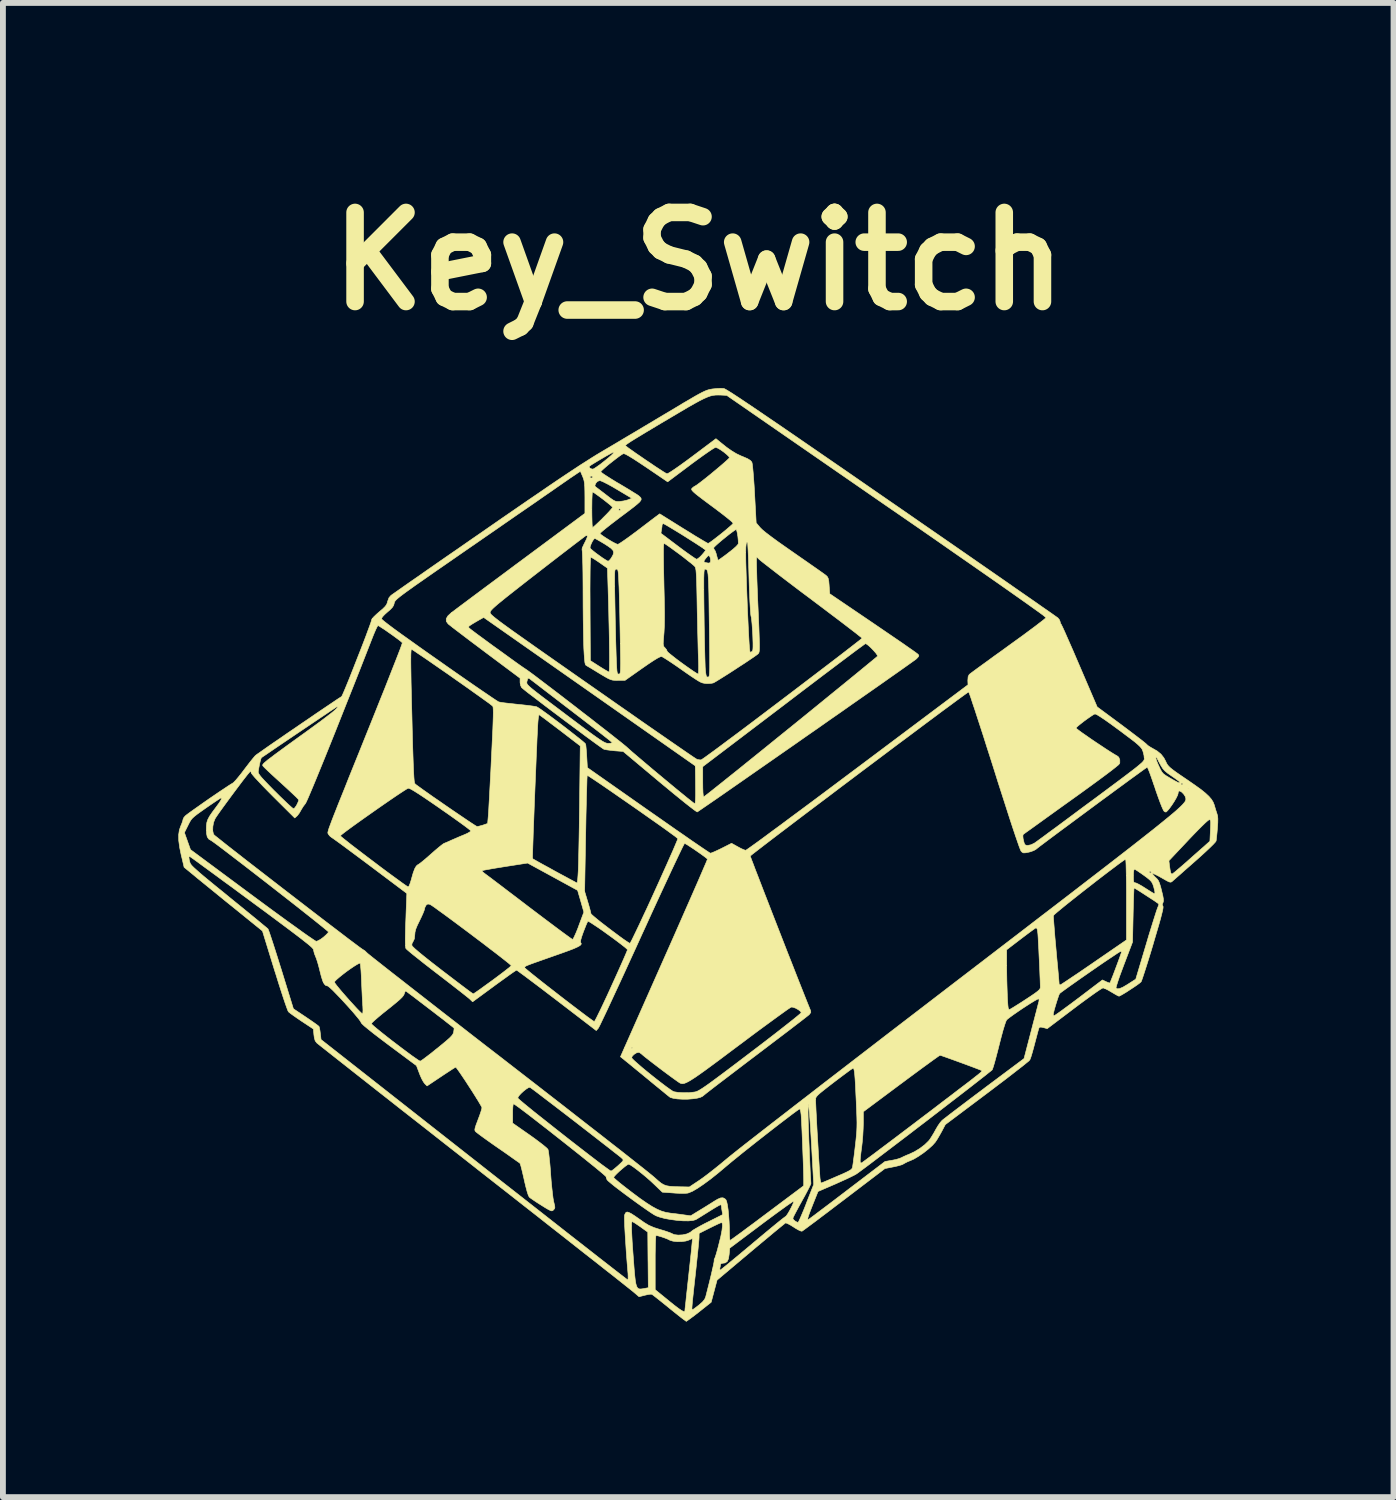
<source format=kicad_pcb>
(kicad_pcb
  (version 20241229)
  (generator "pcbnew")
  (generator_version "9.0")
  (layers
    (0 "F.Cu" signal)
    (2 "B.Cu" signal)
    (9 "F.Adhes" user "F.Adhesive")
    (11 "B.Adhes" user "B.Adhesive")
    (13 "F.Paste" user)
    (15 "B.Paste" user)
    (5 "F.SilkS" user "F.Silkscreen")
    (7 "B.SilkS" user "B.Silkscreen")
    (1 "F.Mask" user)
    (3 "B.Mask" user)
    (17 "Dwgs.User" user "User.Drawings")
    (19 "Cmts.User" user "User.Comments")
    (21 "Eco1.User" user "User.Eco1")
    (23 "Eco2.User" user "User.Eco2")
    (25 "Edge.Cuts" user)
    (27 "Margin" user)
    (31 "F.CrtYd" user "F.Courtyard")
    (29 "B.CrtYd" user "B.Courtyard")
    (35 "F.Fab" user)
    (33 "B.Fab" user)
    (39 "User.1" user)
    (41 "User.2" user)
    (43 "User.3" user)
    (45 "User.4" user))
  (footprint "Key_Switch"
    (layer "F.Cu")
    (at 8.901 11.578)
    (property "Reference" "Key_Switch" (at 0 -10.16 0) (layer "F.SilkS") (effects (font (size 1.524 1.524) (thickness 0.3))))
    (attr through_hole)
    (fp_poly (pts (xy 0.429 -7.983) (xy 0.43 -7.983) (xy 0.444 -7.977) (xy 0.47 -7.963) (xy 0.51 -7.939) (xy 0.563 -7.906) (xy 0.632 -7.861) (xy 0.716 -7.806) (xy 0.817 -7.738) (xy 0.936 -7.658) (xy 1.073 -7.565) (xy 1.23 -7.458) (xy 1.408 -7.337) (xy 1.606 -7.201) (xy 1.827 -7.049) (xy 2.071 -6.881) (xy 2.34 -6.696) (xy 2.633 -6.494) (xy 2.952 -6.273) (xy 3.298 -6.034) (xy 3.3 -6.033) (xy 3.578 -5.841) (xy 3.849 -5.653) (xy 4.111 -5.472) (xy 4.364 -5.297) (xy 4.605 -5.13) (xy 4.834 -4.971) (xy 5.049 -4.822) (xy 5.248 -4.684) (xy 5.431 -4.556) (xy 5.597 -4.441) (xy 5.743 -4.34) (xy 5.868 -4.252) (xy 5.972 -4.18) (xy 6.052 -4.124) (xy 6.108 -4.084) (xy 6.138 -4.063) (xy 6.143 -4.059) (xy 6.17 -4.025) (xy 6.181 -3.994) (xy 6.188 -3.964) (xy 6.196 -3.955) (xy 6.205 -3.938) (xy 6.227 -3.893) (xy 6.259 -3.823) (xy 6.299 -3.732) (xy 6.348 -3.621) (xy 6.403 -3.496) (xy 6.462 -3.358) (xy 6.512 -3.242) (xy 6.814 -2.538) (xy 7.226 -2.233) (xy 7.33 -2.155) (xy 7.425 -2.083) (xy 7.509 -2.019) (xy 7.578 -1.966) (xy 7.628 -1.926) (xy 7.655 -1.903) (xy 7.658 -1.899) (xy 7.686 -1.874) (xy 7.73 -1.846) (xy 7.746 -1.837) (xy 7.839 -1.784) (xy 7.905 -1.73) (xy 7.954 -1.668) (xy 7.984 -1.612) (xy 7.999 -1.579) (xy 8.014 -1.552) (xy 8.034 -1.527) (xy 8.061 -1.5) (xy 8.1 -1.468) (xy 8.154 -1.428) (xy 8.227 -1.377) (xy 8.324 -1.311) (xy 8.358 -1.288) (xy 8.485 -1.2) (xy 8.587 -1.127) (xy 8.665 -1.064) (xy 8.724 -1.009) (xy 8.767 -0.959) (xy 8.797 -0.911) (xy 8.817 -0.861) (xy 8.823 -0.84) (xy 8.841 -0.778) (xy 8.861 -0.718) (xy 8.863 -0.711) (xy 8.874 -0.673) (xy 8.878 -0.624) (xy 8.877 -0.556) (xy 8.871 -0.466) (xy 8.864 -0.386) (xy 8.857 -0.317) (xy 8.851 -0.265) (xy 8.848 -0.244) (xy 8.833 -0.223) (xy 8.797 -0.184) (xy 8.741 -0.129) (xy 8.67 -0.062) (xy 8.587 0.014) (xy 8.495 0.096) (xy 8.488 0.102) (xy 8.394 0.185) (xy 8.307 0.261) (xy 8.231 0.329) (xy 8.169 0.383) (xy 8.125 0.422) (xy 8.102 0.442) (xy 8.102 0.443) (xy 8.085 0.456) (xy 8.068 0.46) (xy 8.043 0.455) (xy 8.005 0.436) (xy 7.947 0.403) (xy 7.919 0.387) (xy 7.856 0.352) (xy 7.804 0.326) (xy 7.77 0.312) (xy 7.76 0.311) (xy 7.766 0.327) (xy 7.791 0.357) (xy 7.811 0.377) (xy 7.841 0.406) (xy 7.863 0.437) (xy 7.881 0.48) (xy 7.9 0.541) (xy 7.916 0.605) (xy 7.936 0.687) (xy 7.946 0.744) (xy 7.948 0.781) (xy 7.942 0.805) (xy 7.939 0.811) (xy 7.927 0.844) (xy 7.938 0.868) (xy 7.942 0.881) (xy 7.94 0.907) (xy 7.932 0.949) (xy 7.917 1.01) (xy 7.896 1.092) (xy 7.866 1.198) (xy 7.827 1.33) (xy 7.779 1.493) (xy 7.773 1.515) (xy 7.731 1.655) (xy 7.691 1.785) (xy 7.654 1.902) (xy 7.622 2.002) (xy 7.596 2.081) (xy 7.577 2.136) (xy 7.566 2.163) (xy 7.565 2.164) (xy 7.543 2.184) (xy 7.5 2.216) (xy 7.443 2.255) (xy 7.379 2.297) (xy 7.315 2.339) (xy 7.257 2.374) (xy 7.213 2.399) (xy 7.189 2.41) (xy 7.188 2.41) (xy 7.167 2.402) (xy 7.125 2.379) (xy 7.071 2.347) (xy 7.059 2.34) (xy 7.001 2.306) (xy 6.951 2.281) (xy 6.917 2.269) (xy 6.913 2.269) (xy 6.892 2.279) (xy 6.848 2.307) (xy 6.783 2.351) (xy 6.702 2.409) (xy 6.607 2.478) (xy 6.502 2.555) (xy 6.42 2.617) (xy 5.96 2.965) (xy 5.898 2.948) (xy 5.855 2.939) (xy 5.827 2.941) (xy 5.824 2.943) (xy 5.816 2.962) (xy 5.802 3.009) (xy 5.784 3.077) (xy 5.762 3.16) (xy 5.749 3.209) (xy 5.725 3.3) (xy 5.702 3.382) (xy 5.682 3.448) (xy 5.666 3.491) (xy 5.661 3.501) (xy 5.644 3.519) (xy 5.601 3.554) (xy 5.537 3.606) (xy 5.453 3.671) (xy 5.353 3.749) (xy 5.239 3.837) (xy 5.113 3.932) (xy 4.979 4.034) (xy 4.927 4.073) (xy 4.217 4.606) (xy 4.157 4.72) (xy 4.119 4.788) (xy 4.079 4.856) (xy 4.046 4.906) (xy 3.997 4.961) (xy 3.927 5.024) (xy 3.845 5.089) (xy 3.759 5.148) (xy 3.678 5.196) (xy 3.624 5.22) (xy 3.568 5.243) (xy 3.523 5.266) (xy 3.503 5.278) (xy 3.475 5.292) (xy 3.422 5.308) (xy 3.356 5.324) (xy 3.33 5.329) (xy 3.184 5.358) (xy 2.485 5.89) (xy 2.35 5.992) (xy 2.223 6.089) (xy 2.106 6.177) (xy 2.002 6.256) (xy 1.913 6.322) (xy 1.843 6.374) (xy 1.794 6.41) (xy 1.768 6.428) (xy 1.765 6.43) (xy 1.741 6.425) (xy 1.698 6.405) (xy 1.644 6.373) (xy 1.623 6.359) (xy 1.567 6.324) (xy 1.519 6.299) (xy 1.489 6.288) (xy 1.484 6.288) (xy 1.468 6.301) (xy 1.428 6.333) (xy 1.368 6.382) (xy 1.29 6.446) (xy 1.197 6.524) (xy 1.091 6.612) (xy 0.976 6.708) (xy 0.889 6.781) (xy 0.313 7.266) (xy 0.212 7.645) (xy 0.068 7.759) (xy 0.000192 7.813) (xy -0.065 7.864) (xy -0.12 7.905) (xy -0.144 7.923) (xy -0.213 7.972) (xy -0.263 7.936) (xy -0.292 7.914) (xy -0.343 7.874) (xy -0.408 7.822) (xy -0.484 7.761) (xy -0.55 7.707) (xy -0.627 7.645) (xy -0.696 7.59) (xy -0.752 7.546) (xy -0.79 7.517) (xy -0.806 7.507) (xy -0.832 7.507) (xy -0.879 7.515) (xy -0.923 7.525) (xy -1.021 7.55) (xy -1.116 7.469) (xy -1.139 7.45) (xy -1.187 7.412) (xy -1.259 7.355) (xy -1.353 7.28) (xy -1.469 7.188) (xy -1.606 7.081) (xy -1.76 6.959) (xy -1.933 6.824) (xy -2.121 6.676) (xy -2.324 6.516) (xy -2.54 6.347) (xy -2.768 6.167) (xy -3.007 5.98) (xy -3.255 5.785) (xy -3.512 5.584) (xy -3.775 5.378) (xy -3.852 5.317) (xy -4.116 5.11) (xy -4.373 4.909) (xy -4.622 4.713) (xy -4.862 4.525) (xy -5.091 4.346) (xy -5.308 4.175) (xy -5.511 4.016) (xy -5.7 3.867) (xy -5.873 3.731) (xy -6.029 3.608) (xy -6.166 3.5) (xy -6.284 3.407) (xy -6.38 3.331) (xy -6.455 3.272) (xy -6.505 3.232) (xy -6.531 3.211) (xy -6.533 3.209) (xy -6.56 3.174) (xy -6.575 3.122) (xy -6.582 3.071) (xy -6.591 2.971) (xy -6.791 2.839) (xy -6.866 2.788) (xy -6.932 2.742) (xy -6.983 2.705) (xy -7.014 2.68) (xy -7.018 2.676) (xy -7.029 2.654) (xy -7.048 2.603) (xy -7.075 2.527) (xy -7.108 2.429) (xy -7.146 2.312) (xy -7.188 2.181) (xy -7.232 2.039) (xy -7.254 1.971) (xy -7.462 1.295) (xy -7.96 0.891) (xy -8.081 0.794) (xy -8.201 0.696) (xy -8.315 0.603) (xy -8.42 0.518) (xy -8.512 0.443) (xy -8.585 0.384) (xy -8.63 0.346) (xy -8.802 0.205) (xy -8.843 0.031) (xy -8.72 0.031) (xy -8.715 0.074) (xy -8.703 0.122) (xy -8.697 0.138) (xy -8.685 0.157) (xy -8.665 0.181) (xy -8.635 0.211) (xy -8.593 0.249) (xy -8.537 0.299) (xy -8.465 0.36) (xy -8.373 0.436) (xy -8.261 0.528) (xy -8.126 0.637) (xy -8.036 0.711) (xy -7.907 0.816) (xy -7.786 0.914) (xy -7.675 1.005) (xy -7.577 1.085) (xy -7.495 1.153) (xy -7.431 1.206) (xy -7.387 1.242) (xy -7.367 1.26) (xy -7.367 1.261) (xy -7.358 1.281) (xy -7.34 1.331) (xy -7.315 1.406) (xy -7.283 1.503) (xy -7.246 1.618) (xy -7.205 1.747) (xy -7.161 1.888) (xy -7.14 1.954) (xy -6.933 2.625) (xy -6.719 2.768) (xy -6.644 2.819) (xy -6.579 2.864) (xy -6.529 2.9) (xy -6.5 2.923) (xy -6.494 2.929) (xy -6.487 2.954) (xy -6.478 3.002) (xy -6.472 3.049) (xy -6.46 3.152) (xy -3.844 5.207) (xy -3.582 5.413) (xy -3.327 5.613) (xy -3.08 5.806) (xy -2.843 5.992) (xy -2.617 6.169) (xy -2.403 6.337) (xy -2.203 6.494) (xy -2.017 6.639) (xy -1.847 6.772) (xy -1.695 6.891) (xy -1.561 6.995) (xy -1.447 7.084) (xy -1.354 7.156) (xy -1.284 7.21) (xy -1.237 7.246) (xy -1.216 7.262) (xy -1.214 7.263) (xy -1.209 7.248) (xy -1.208 7.208) (xy -1.21 7.151) (xy -1.211 7.142) (xy -1.226 6.964) (xy -1.239 6.796) (xy -1.249 6.64) (xy -1.258 6.5) (xy -1.265 6.379) (xy -1.267 6.34) (xy -1.15 6.34) (xy -1.149 6.404) (xy -1.145 6.492) (xy -1.139 6.607) (xy -1.129 6.751) (xy -1.117 6.913) (xy -1.106 7.06) (xy -1.096 7.176) (xy -1.086 7.265) (xy -1.075 7.331) (xy -1.061 7.375) (xy -1.044 7.403) (xy -1.021 7.416) (xy -0.991 7.418) (xy -0.953 7.413) (xy -0.916 7.406) (xy -0.863 7.396) (xy -0.867 6.966) (xy -0.745 6.966) (xy -0.745 7.43) (xy -0.514 7.618) (xy -0.42 7.694) (xy -0.349 7.748) (xy -0.298 7.783) (xy -0.264 7.801) (xy -0.245 7.803) (xy -0.237 7.791) (xy -0.237 7.785) (xy -0.235 7.764) (xy -0.234 7.752) (xy -0.117 7.752) (xy -0.115 7.765) (xy -0.112 7.771) (xy -0.109 7.772) (xy -0.091 7.763) (xy -0.055 7.737) (xy -0.007 7.7) (xy 0.001 7.694) (xy 0.063 7.64) (xy 0.1 7.595) (xy 0.118 7.554) (xy 0.149 7.432) (xy 0.179 7.313) (xy 0.206 7.203) (xy 0.229 7.105) (xy 0.233 7.086) (xy 0.359 7.086) (xy 0.366 7.094) (xy 0.382 7.084) (xy 0.421 7.053) (xy 0.48 7.006) (xy 0.556 6.943) (xy 0.648 6.867) (xy 0.751 6.781) (xy 0.864 6.687) (xy 0.923 6.637) (xy 1.039 6.54) (xy 1.148 6.449) (xy 1.246 6.368) (xy 1.33 6.299) (xy 1.399 6.243) (xy 1.44 6.211) (xy 1.609 6.211) (xy 1.622 6.234) (xy 1.652 6.259) (xy 1.684 6.276) (xy 1.7 6.277) (xy 1.71 6.261) (xy 1.731 6.217) (xy 1.864 6.217) (xy 1.867 6.23) (xy 1.872 6.231) (xy 1.887 6.222) (xy 1.926 6.193) (xy 1.987 6.148) (xy 2.066 6.088) (xy 2.162 6.016) (xy 2.272 5.933) (xy 2.393 5.841) (xy 2.523 5.742) (xy 2.533 5.734) (xy 3.186 5.237) (xy 3.307 5.216) (xy 3.373 5.203) (xy 3.43 5.186) (xy 3.466 5.172) (xy 3.467 5.171) (xy 3.503 5.153) (xy 3.557 5.129) (xy 3.602 5.111) (xy 3.689 5.07) (xy 3.78 5.015) (xy 3.864 4.951) (xy 3.93 4.887) (xy 3.949 4.864) (xy 3.981 4.815) (xy 4.02 4.751) (xy 4.053 4.691) (xy 4.09 4.628) (xy 4.128 4.573) (xy 4.16 4.536) (xy 4.183 4.517) (xy 4.23 4.481) (xy 4.298 4.428) (xy 4.386 4.361) (xy 4.489 4.283) (xy 4.605 4.195) (xy 4.732 4.099) (xy 4.866 3.999) (xy 4.885 3.984) (xy 5.563 3.477) (xy 5.686 3.004) (xy 5.718 2.881) (xy 5.748 2.767) (xy 5.759 2.726) (xy 6.062 2.726) (xy 6.075 2.743) (xy 6.08 2.743) (xy 6.097 2.733) (xy 6.138 2.705) (xy 6.199 2.662) (xy 6.276 2.605) (xy 6.366 2.539) (xy 6.466 2.464) (xy 6.501 2.438) (xy 6.723 2.269) (xy 7.137 2.269) (xy 7.159 2.284) (xy 7.197 2.28) (xy 7.254 2.256) (xy 7.332 2.21) (xy 7.343 2.203) (xy 7.474 2.119) (xy 7.657 1.507) (xy 7.698 1.368) (xy 7.738 1.239) (xy 7.774 1.123) (xy 7.805 1.025) (xy 7.83 0.947) (xy 7.849 0.895) (xy 7.859 0.87) (xy 7.859 0.869) (xy 7.87 0.844) (xy 7.856 0.823) (xy 7.834 0.808) (xy 7.793 0.779) (xy 7.736 0.742) (xy 7.671 0.7) (xy 7.605 0.657) (xy 7.543 0.617) (xy 7.491 0.585) (xy 7.456 0.564) (xy 7.445 0.559) (xy 7.443 0.575) (xy 7.441 0.621) (xy 7.438 0.692) (xy 7.435 0.783) (xy 7.432 0.892) (xy 7.429 1.012) (xy 7.429 1.021) (xy 7.419 1.484) (xy 7.273 1.868) (xy 7.233 1.975) (xy 7.197 2.072) (xy 7.169 2.155) (xy 7.149 2.218) (xy 7.138 2.258) (xy 7.137 2.269) (xy 6.723 2.269) (xy 6.904 2.132) (xy 6.965 2.161) (xy 7.005 2.178) (xy 7.03 2.184) (xy 7.033 2.183) (xy 7.041 2.165) (xy 7.058 2.121) (xy 7.083 2.059) (xy 7.111 1.985) (xy 7.141 1.905) (xy 7.17 1.827) (xy 7.196 1.756) (xy 7.216 1.699) (xy 7.228 1.664) (xy 7.231 1.655) (xy 7.218 1.643) (xy 7.216 1.643) (xy 7.199 1.652) (xy 7.157 1.678) (xy 7.096 1.719) (xy 7.018 1.771) (xy 6.927 1.832) (xy 6.828 1.9) (xy 6.724 1.972) (xy 6.619 2.045) (xy 6.517 2.116) (xy 6.421 2.184) (xy 6.336 2.244) (xy 6.264 2.296) (xy 6.21 2.335) (xy 6.178 2.36) (xy 6.171 2.367) (xy 6.159 2.392) (xy 6.142 2.442) (xy 6.121 2.506) (xy 6.1 2.575) (xy 6.081 2.641) (xy 6.068 2.694) (xy 6.062 2.725) (xy 6.062 2.726) (xy 5.759 2.726) (xy 5.774 2.667) (xy 5.795 2.586) (xy 5.81 2.527) (xy 5.819 2.496) (xy 5.819 2.493) (xy 5.82 2.463) (xy 5.81 2.455) (xy 5.787 2.465) (xy 5.742 2.49) (xy 5.681 2.527) (xy 5.609 2.573) (xy 5.532 2.623) (xy 5.456 2.675) (xy 5.385 2.724) (xy 5.326 2.767) (xy 5.284 2.799) (xy 5.266 2.816) (xy 5.251 2.846) (xy 5.231 2.905) (xy 5.205 2.99) (xy 5.176 3.097) (xy 5.144 3.221) (xy 5.138 3.245) (xy 5.11 3.356) (xy 5.083 3.458) (xy 5.059 3.546) (xy 5.039 3.614) (xy 5.024 3.657) (xy 5.019 3.669) (xy 5.004 3.683) (xy 4.963 3.715) (xy 4.901 3.765) (xy 4.819 3.829) (xy 4.719 3.907) (xy 4.605 3.996) (xy 4.478 4.094) (xy 4.34 4.2) (xy 4.195 4.312) (xy 4.044 4.428) (xy 3.891 4.546) (xy 3.736 4.664) (xy 3.584 4.781) (xy 3.435 4.894) (xy 3.293 5.002) (xy 3.16 5.103) (xy 3.039 5.195) (xy 2.931 5.277) (xy 2.839 5.346) (xy 2.766 5.4) (xy 2.713 5.439) (xy 2.697 5.45) (xy 2.664 5.469) (xy 2.606 5.498) (xy 2.529 5.535) (xy 2.438 5.576) (xy 2.341 5.62) (xy 2.04 5.75) (xy 1.952 5.97) (xy 1.913 6.069) (xy 1.886 6.141) (xy 1.87 6.189) (xy 1.864 6.217) (xy 1.731 6.217) (xy 1.731 6.217) (xy 1.759 6.152) (xy 1.794 6.069) (xy 1.832 5.974) (xy 1.84 5.951) (xy 1.966 5.63) (xy 1.93 4.978) (xy 1.92 4.807) (xy 1.911 4.656) (xy 1.902 4.528) (xy 1.894 4.424) (xy 1.886 4.345) (xy 1.88 4.291) (xy 1.875 4.265) (xy 1.871 4.267) (xy 1.869 4.298) (xy 1.869 4.36) (xy 1.87 4.454) (xy 1.872 4.547) (xy 1.875 4.634) (xy 1.879 4.742) (xy 1.883 4.864) (xy 1.889 4.995) (xy 1.894 5.129) (xy 1.9 5.258) (xy 1.905 5.378) (xy 1.91 5.482) (xy 1.915 5.564) (xy 1.918 5.615) (xy 1.91 5.635) (xy 1.889 5.68) (xy 1.856 5.744) (xy 1.814 5.823) (xy 1.765 5.911) (xy 1.764 5.913) (xy 1.715 6.002) (xy 1.673 6.081) (xy 1.639 6.145) (xy 1.617 6.19) (xy 1.609 6.211) (xy 1.609 6.211) (xy 1.44 6.211) (xy 1.449 6.204) (xy 1.477 6.183) (xy 1.482 6.181) (xy 1.497 6.167) (xy 1.522 6.131) (xy 1.551 6.082) (xy 1.58 6.027) (xy 1.605 5.976) (xy 1.621 5.937) (xy 1.623 5.918) (xy 1.607 5.925) (xy 1.568 5.951) (xy 1.507 5.993) (xy 1.428 6.05) (xy 1.334 6.118) (xy 1.228 6.196) (xy 1.112 6.282) (xy 1.071 6.313) (xy 0.53 6.719) (xy 0.52 6.826) (xy 0.508 6.901) (xy 0.486 6.948) (xy 0.45 6.972) (xy 0.412 6.977) (xy 0.381 6.984) (xy 0.372 6.998) (xy 0.368 7.03) (xy 0.362 7.057) (xy 0.359 7.086) (xy 0.233 7.086) (xy 0.247 7.025) (xy 0.259 6.967) (xy 0.264 6.934) (xy 0.263 6.929) (xy 0.264 6.911) (xy 0.269 6.902) (xy 0.279 6.88) (xy 0.295 6.831) (xy 0.315 6.762) (xy 0.337 6.68) (xy 0.345 6.647) (xy 0.377 6.518) (xy 0.397 6.415) (xy 0.405 6.341) (xy 0.403 6.296) (xy 0.389 6.282) (xy 0.368 6.289) (xy 0.323 6.309) (xy 0.262 6.338) (xy 0.189 6.374) (xy 0.189 6.374) (xy 0.006 6.466) (xy 0.005 6.539) (xy 0.003 6.574) (xy -0.003 6.637) (xy -0.011 6.725) (xy -0.022 6.832) (xy -0.035 6.955) (xy -0.049 7.088) (xy -0.057 7.162) (xy -0.075 7.321) (xy -0.089 7.45) (xy -0.1 7.552) (xy -0.108 7.63) (xy -0.113 7.687) (xy -0.116 7.727) (xy -0.117 7.752) (xy -0.234 7.752) (xy -0.23 7.713) (xy -0.221 7.636) (xy -0.211 7.538) (xy -0.198 7.421) (xy -0.184 7.291) (xy -0.17 7.163) (xy -0.155 7.024) (xy -0.141 6.897) (xy -0.129 6.784) (xy -0.12 6.69) (xy -0.113 6.618) (xy -0.109 6.573) (xy -0.108 6.558) (xy -0.125 6.561) (xy -0.16 6.576) (xy -0.169 6.581) (xy -0.223 6.598) (xy -0.295 6.607) (xy -0.371 6.608) (xy -0.44 6.6) (xy -0.491 6.585) (xy -0.497 6.582) (xy -0.531 6.565) (xy -0.584 6.544) (xy -0.643 6.524) (xy -0.696 6.509) (xy -0.73 6.502) (xy -0.731 6.502) (xy -0.735 6.519) (xy -0.738 6.564) (xy -0.741 6.635) (xy -0.743 6.727) (xy -0.745 6.835) (xy -0.745 6.956) (xy -0.745 6.966) (xy -0.867 6.966) (xy -0.868 6.92) (xy -0.872 6.445) (xy -0.997 6.355) (xy -1.054 6.316) (xy -1.101 6.285) (xy -1.131 6.268) (xy -1.137 6.265) (xy -1.144 6.273) (xy -1.149 6.297) (xy -1.15 6.34) (xy -1.267 6.34) (xy -1.269 6.28) (xy -1.271 6.206) (xy -1.27 6.162) (xy -1.268 6.151) (xy -1.256 6.124) (xy -1.243 6.107) (xy -1.224 6.101) (xy -1.195 6.109) (xy -1.153 6.13) (xy -1.094 6.168) (xy -1.015 6.223) (xy -0.93 6.283) (xy -0.856 6.328) (xy -0.766 6.367) (xy -0.662 6.4) (xy -0.588 6.422) (xy -0.526 6.443) (xy -0.483 6.459) (xy -0.468 6.466) (xy -0.42 6.488) (xy -0.352 6.496) (xy -0.276 6.492) (xy -0.204 6.476) (xy -0.145 6.449) (xy -0.124 6.431) (xy -0.099 6.412) (xy -0.049 6.382) (xy 0.02 6.343) (xy 0.101 6.3) (xy 0.159 6.271) (xy 0.41 6.145) (xy 0.4 6.093) (xy 0.392 6.045) (xy 0.389 6.009) (xy 0.382 5.983) (xy 0.372 5.977) (xy 0.352 5.986) (xy 0.309 6.01) (xy 0.25 6.045) (xy 0.181 6.088) (xy 0.172 6.094) (xy 0.098 6.14) (xy 0.032 6.181) (xy -0.02 6.213) (xy -0.05 6.231) (xy -0.051 6.232) (xy -0.101 6.246) (xy -0.177 6.253) (xy -0.27 6.252) (xy -0.373 6.244) (xy -0.479 6.23) (xy -0.581 6.212) (xy -0.67 6.188) (xy -0.73 6.166) (xy -0.767 6.146) (xy -0.824 6.109) (xy -0.897 6.059) (xy -0.983 5.999) (xy -1.075 5.933) (xy -1.171 5.863) (xy -1.266 5.793) (xy -1.355 5.726) (xy -1.435 5.665) (xy -1.499 5.613) (xy -1.545 5.574) (xy -1.568 5.551) (xy -1.569 5.55) (xy -1.581 5.514) (xy -1.582 5.51) (xy -1.456 5.51) (xy -1.443 5.525) (xy -1.407 5.557) (xy -1.351 5.604) (xy -1.279 5.661) (xy -1.195 5.726) (xy -1.139 5.769) (xy -1.005 5.869) (xy -0.891 5.948) (xy -0.795 6.009) (xy -0.71 6.055) (xy -0.634 6.087) (xy -0.561 6.108) (xy -0.487 6.12) (xy -0.483 6.121) (xy -0.41 6.129) (xy -0.325 6.14) (xy -0.26 6.149) (xy -0.138 6.166) (xy -0.006 6.085) (xy 0.075 6.036) (xy 0.163 5.981) (xy 0.243 5.931) (xy 0.251 5.925) (xy 0.323 5.882) (xy 0.375 5.86) (xy 0.414 5.858) (xy 0.446 5.874) (xy 0.464 5.891) (xy 0.477 5.921) (xy 0.49 5.98) (xy 0.502 6.06) (xy 0.511 6.155) (xy 0.519 6.261) (xy 0.524 6.37) (xy 0.525 6.447) (xy 0.526 6.511) (xy 0.529 6.56) (xy 0.534 6.585) (xy 0.536 6.587) (xy 0.551 6.577) (xy 0.591 6.549) (xy 0.653 6.504) (xy 0.733 6.446) (xy 0.829 6.374) (xy 0.939 6.293) (xy 1.059 6.203) (xy 1.171 6.119) (xy 1.795 5.652) (xy 1.795 5.558) (xy 1.794 5.503) (xy 1.792 5.421) (xy 1.789 5.319) (xy 1.785 5.202) (xy 1.78 5.076) (xy 1.775 4.947) (xy 1.77 4.82) (xy 1.765 4.702) (xy 1.76 4.598) (xy 1.756 4.514) (xy 1.752 4.455) (xy 1.751 4.44) (xy 1.744 4.386) (xy 1.735 4.349) (xy 1.726 4.338) (xy 1.704 4.351) (xy 1.659 4.383) (xy 1.594 4.431) (xy 1.513 4.493) (xy 1.418 4.565) (xy 1.313 4.646) (xy 1.202 4.732) (xy 1.087 4.822) (xy 0.972 4.912) (xy 0.86 5.001) (xy 0.754 5.085) (xy 0.658 5.163) (xy 0.575 5.23) (xy 0.508 5.286) (xy 0.484 5.306) (xy 0.337 5.43) (xy 0.203 5.537) (xy 0.082 5.626) (xy -0.023 5.697) (xy -0.109 5.747) (xy -0.175 5.774) (xy -0.195 5.779) (xy -0.241 5.782) (xy -0.309 5.782) (xy -0.39 5.779) (xy -0.443 5.775) (xy -0.623 5.762) (xy -0.756 5.634) (xy -0.823 5.571) (xy -0.897 5.506) (xy -0.973 5.443) (xy -1.046 5.385) (xy -1.11 5.337) (xy -1.161 5.302) (xy -1.194 5.285) (xy -1.199 5.283) (xy -1.222 5.294) (xy -1.261 5.322) (xy -1.309 5.362) (xy -1.36 5.406) (xy -1.406 5.45) (xy -1.44 5.486) (xy -1.456 5.508) (xy -1.456 5.51) (xy -1.582 5.51) (xy -1.583 5.5) (xy -1.596 5.486) (xy -1.633 5.453) (xy -1.691 5.404) (xy -1.767 5.341) (xy -1.859 5.267) (xy -1.963 5.183) (xy -2.078 5.091) (xy -2.199 4.995) (xy -2.324 4.896) (xy -2.45 4.797) (xy -2.574 4.699) (xy -2.694 4.606) (xy -2.807 4.518) (xy -2.909 4.439) (xy -2.999 4.371) (xy -3.072 4.316) (xy -3.127 4.277) (xy -3.16 4.254) (xy -3.168 4.25) (xy -3.175 4.266) (xy -3.18 4.308) (xy -3.183 4.37) (xy -3.183 4.416) (xy -3.183 4.581) (xy -2.891 4.785) (xy -2.803 4.848) (xy -2.723 4.908) (xy -2.657 4.959) (xy -2.608 5) (xy -2.582 5.026) (xy -2.579 5.03) (xy -2.572 5.059) (xy -2.564 5.116) (xy -2.555 5.195) (xy -2.545 5.292) (xy -2.536 5.401) (xy -2.533 5.453) (xy -2.524 5.57) (xy -2.513 5.682) (xy -2.502 5.782) (xy -2.492 5.864) (xy -2.482 5.921) (xy -2.479 5.933) (xy -2.465 5.99) (xy -2.461 6.023) (xy -2.467 6.045) (xy -2.484 6.064) (xy -2.484 6.065) (xy -2.498 6.077) (xy -2.514 6.082) (xy -2.537 6.076) (xy -2.572 6.059) (xy -2.625 6.028) (xy -2.692 5.986) (xy -2.763 5.941) (xy -2.826 5.899) (xy -2.874 5.866) (xy -2.899 5.846) (xy -2.915 5.816) (xy -2.935 5.755) (xy -2.959 5.665) (xy -2.986 5.551) (xy -2.986 5.548) (xy -3.007 5.457) (xy -3.026 5.377) (xy -3.042 5.315) (xy -3.054 5.277) (xy -3.059 5.267) (xy -3.076 5.254) (xy -3.118 5.225) (xy -3.179 5.182) (xy -3.256 5.127) (xy -3.346 5.064) (xy -3.432 5.005) (xy -3.531 4.936) (xy -3.621 4.872) (xy -3.699 4.816) (xy -3.76 4.771) (xy -3.801 4.739) (xy -3.817 4.726) (xy -3.827 4.711) (xy -3.83 4.69) (xy -3.824 4.659) (xy -3.808 4.609) (xy -3.78 4.536) (xy -3.776 4.524) (xy -3.748 4.45) (xy -3.726 4.385) (xy -3.712 4.337) (xy -3.708 4.317) (xy -3.717 4.296) (xy -3.742 4.253) (xy -3.778 4.192) (xy -3.803 4.152) (xy -3.095 4.152) (xy -3.081 4.167) (xy -3.043 4.2) (xy -2.984 4.25) (xy -2.907 4.313) (xy -2.815 4.388) (xy -2.709 4.472) (xy -2.594 4.563) (xy -2.473 4.659) (xy -2.347 4.758) (xy -2.22 4.858) (xy -2.095 4.955) (xy -1.975 5.048) (xy -1.862 5.135) (xy -1.759 5.214) (xy -1.67 5.282) (xy -1.596 5.336) (xy -1.542 5.375) (xy -1.509 5.397) (xy -1.501 5.401) (xy -1.48 5.39) (xy -1.442 5.361) (xy -1.394 5.32) (xy -1.38 5.308) (xy -1.331 5.262) (xy -1.302 5.233) (xy -1.293 5.214) (xy -1.298 5.199) (xy -1.313 5.184) (xy -1.334 5.165) (xy -1.379 5.129) (xy -1.445 5.078) (xy -1.527 5.013) (xy -1.625 4.937) (xy -1.734 4.852) (xy -1.851 4.761) (xy -1.975 4.665) (xy -2.101 4.567) (xy -2.227 4.47) (xy -2.351 4.375) (xy -2.468 4.285) (xy -2.577 4.202) (xy -2.674 4.128) (xy -2.756 4.065) (xy -2.821 4.016) (xy -2.865 3.984) (xy -2.886 3.969) (xy -2.887 3.969) (xy -2.913 3.974) (xy -2.952 3.999) (xy -2.998 4.035) (xy -3.042 4.076) (xy -3.077 4.115) (xy -3.094 4.145) (xy -3.095 4.152) (xy -3.803 4.152) (xy -3.825 4.117) (xy -3.877 4.034) (xy -3.933 3.948) (xy -3.988 3.863) (xy -4.041 3.784) (xy -4.087 3.716) (xy -4.124 3.664) (xy -4.149 3.631) (xy -4.158 3.624) (xy -4.174 3.633) (xy -4.213 3.657) (xy -4.271 3.695) (xy -4.343 3.742) (xy -4.406 3.784) (xy -4.647 3.945) (xy -4.685 3.908) (xy -4.709 3.876) (xy -4.739 3.822) (xy -4.768 3.756) (xy -4.776 3.735) (xy -4.828 3.598) (xy -5.301 3.246) (xy -5.444 3.138) (xy -5.562 3.048) (xy -5.654 2.974) (xy -5.721 2.919) (xy -5.761 2.881) (xy -5.763 2.879) (xy -5.6 2.879) (xy -5.588 2.894) (xy -5.553 2.926) (xy -5.498 2.972) (xy -5.428 3.029) (xy -5.346 3.094) (xy -5.258 3.163) (xy -5.166 3.233) (xy -5.074 3.303) (xy -4.988 3.367) (xy -4.91 3.425) (xy -4.844 3.471) (xy -4.796 3.504) (xy -4.768 3.52) (xy -4.764 3.521) (xy -4.745 3.511) (xy -4.705 3.483) (xy -4.647 3.439) (xy -4.575 3.384) (xy -4.495 3.319) (xy -4.474 3.303) (xy -4.381 3.227) (xy -4.312 3.169) (xy -4.262 3.125) (xy -4.229 3.091) (xy -4.208 3.064) (xy -4.197 3.041) (xy -4.192 3.022) (xy -4.186 2.98) (xy -4.185 2.956) (xy -4.186 2.955) (xy -4.204 2.94) (xy -4.244 2.908) (xy -4.302 2.863) (xy -4.374 2.806) (xy -4.457 2.743) (xy -4.546 2.674) (xy -4.638 2.604) (xy -4.728 2.535) (xy -4.812 2.471) (xy -4.886 2.414) (xy -4.947 2.369) (xy -4.99 2.336) (xy -5.011 2.321) (xy -5.013 2.32) (xy -5.024 2.334) (xy -5.037 2.369) (xy -5.038 2.374) (xy -5.051 2.399) (xy -5.076 2.43) (xy -5.117 2.47) (xy -5.178 2.522) (xy -5.261 2.59) (xy -5.325 2.641) (xy -5.408 2.707) (xy -5.48 2.767) (xy -5.539 2.818) (xy -5.58 2.856) (xy -5.599 2.877) (xy -5.6 2.879) (xy -5.763 2.879) (xy -5.774 2.863) (xy -5.785 2.841) (xy -5.816 2.799) (xy -5.863 2.742) (xy -5.921 2.673) (xy -5.988 2.598) (xy -6.059 2.52) (xy -6.129 2.444) (xy -6.197 2.374) (xy -6.256 2.313) (xy -6.304 2.268) (xy -6.337 2.241) (xy -6.348 2.235) (xy -6.379 2.227) (xy -6.406 2.2) (xy -6.422 2.169) (xy -6.231 2.169) (xy -6.221 2.189) (xy -6.191 2.229) (xy -6.146 2.284) (xy -6.091 2.349) (xy -6.029 2.42) (xy -5.965 2.492) (xy -5.902 2.561) (xy -5.846 2.622) (xy -5.799 2.67) (xy -5.766 2.701) (xy -5.753 2.709) (xy -5.745 2.693) (xy -5.743 2.648) (xy -5.746 2.578) (xy -5.747 2.57) (xy -5.751 2.503) (xy -5.756 2.412) (xy -5.761 2.307) (xy -5.766 2.198) (xy -5.768 2.148) (xy -5.772 2.053) (xy -5.777 1.969) (xy -5.783 1.902) (xy -5.788 1.859) (xy -5.791 1.846) (xy -5.808 1.848) (xy -5.846 1.868) (xy -5.899 1.901) (xy -5.961 1.943) (xy -6.028 1.991) (xy -6.093 2.041) (xy -6.151 2.088) (xy -6.197 2.128) (xy -6.225 2.157) (xy -6.231 2.169) (xy -6.422 2.169) (xy -6.431 2.151) (xy -6.455 2.075) (xy -6.477 1.989) (xy -6.498 1.906) (xy -6.52 1.827) (xy -6.541 1.764) (xy -6.553 1.734) (xy -6.574 1.681) (xy -6.586 1.633) (xy -6.587 1.621) (xy -6.59 1.611) (xy -6.599 1.597) (xy -6.616 1.578) (xy -6.643 1.553) (xy -6.682 1.52) (xy -6.735 1.478) (xy -6.802 1.425) (xy -6.886 1.361) (xy -6.989 1.283) (xy -7.112 1.191) (xy -7.257 1.083) (xy -7.425 0.958) (xy -7.62 0.815) (xy -7.644 0.797) (xy -7.811 0.674) (xy -7.97 0.556) (xy -8.12 0.447) (xy -8.257 0.346) (xy -8.38 0.256) (xy -8.487 0.178) (xy -8.575 0.113) (xy -8.643 0.064) (xy -8.689 0.032) (xy -8.709 0.017) (xy -8.71 0.017) (xy -8.72 0.031) (xy -8.843 0.031) (xy -8.848 0.014) (xy -8.878 -0.131) (xy -8.894 -0.25) (xy -8.896 -0.349) (xy -8.89 -0.388) (xy -8.797 -0.388) (xy -8.745 -0.242) (xy -8.693 -0.097) (xy -7.636 0.687) (xy -7.468 0.811) (xy -7.308 0.929) (xy -7.157 1.039) (xy -7.017 1.141) (xy -6.891 1.231) (xy -6.782 1.31) (xy -6.69 1.375) (xy -6.618 1.424) (xy -6.569 1.457) (xy -6.545 1.471) (xy -6.543 1.472) (xy -6.512 1.462) (xy -6.466 1.436) (xy -6.42 1.402) (xy -6.376 1.363) (xy -6.344 1.33) (xy -6.333 1.311) (xy -6.346 1.298) (xy -6.383 1.267) (xy -6.443 1.218) (xy -6.521 1.155) (xy -6.616 1.079) (xy -6.725 0.993) (xy -6.846 0.897) (xy -6.976 0.795) (xy -7.113 0.688) (xy -7.254 0.578) (xy -7.396 0.467) (xy -7.537 0.358) (xy -7.675 0.251) (xy -7.807 0.149) (xy -7.93 0.055) (xy -8.042 -0.031) (xy -8.14 -0.106) (xy -8.222 -0.168) (xy -8.286 -0.215) (xy -8.328 -0.245) (xy -8.346 -0.256) (xy -8.383 -0.279) (xy -8.407 -0.316) (xy -8.419 -0.375) (xy -8.421 -0.422) (xy -8.313 -0.422) (xy -8.302 -0.37) (xy -8.293 -0.353) (xy -8.276 -0.337) (xy -8.233 -0.303) (xy -8.169 -0.252) (xy -8.085 -0.185) (xy -7.983 -0.105) (xy -7.866 -0.014) (xy -7.736 0.088) (xy -7.595 0.197) (xy -7.445 0.313) (xy -7.29 0.433) (xy -7.131 0.556) (xy -6.97 0.68) (xy -6.809 0.804) (xy -6.652 0.925) (xy -6.501 1.041) (xy -6.356 1.152) (xy -6.222 1.254) (xy -6.1 1.347) (xy -5.993 1.429) (xy -5.902 1.497) (xy -5.83 1.551) (xy -5.78 1.588) (xy -5.754 1.606) (xy -5.751 1.608) (xy -5.711 1.633) (xy -5.679 1.664) (xy -5.663 1.679) (xy -5.621 1.713) (xy -5.555 1.766) (xy -5.466 1.836) (xy -5.356 1.923) (xy -5.226 2.025) (xy -5.077 2.141) (xy -4.911 2.271) (xy -4.73 2.412) (xy -4.534 2.565) (xy -4.325 2.728) (xy -4.104 2.899) (xy -3.873 3.079) (xy -3.633 3.265) (xy -3.385 3.456) (xy -3.277 3.54) (xy -3.024 3.736) (xy -2.777 3.927) (xy -2.538 4.113) (xy -2.307 4.292) (xy -2.087 4.464) (xy -1.878 4.627) (xy -1.682 4.779) (xy -1.501 4.921) (xy -1.335 5.05) (xy -1.188 5.166) (xy -1.059 5.268) (xy -0.951 5.353) (xy -0.865 5.422) (xy -0.802 5.473) (xy -0.764 5.505) (xy -0.757 5.511) (xy -0.695 5.566) (xy -0.645 5.607) (xy -0.6 5.634) (xy -0.551 5.652) (xy -0.491 5.662) (xy -0.414 5.667) (xy -0.311 5.67) (xy -0.296 5.67) (xy -0.161 5.673) (xy 0.015 5.556) (xy 0.081 5.509) (xy 0.166 5.445) (xy 0.263 5.369) (xy 0.365 5.287) (xy 0.465 5.204) (xy 0.489 5.184) (xy 0.528 5.152) (xy 0.593 5.1) (xy 0.682 5.029) (xy 0.795 4.94) (xy 0.93 4.835) (xy 1.085 4.714) (xy 1.26 4.578) (xy 1.454 4.428) (xy 1.664 4.265) (xy 1.777 4.178) (xy 1.998 4.178) (xy 1.999 4.215) (xy 2.002 4.28) (xy 2.006 4.368) (xy 2.012 4.476) (xy 2.018 4.597) (xy 2.025 4.728) (xy 2.033 4.863) (xy 2.041 4.998) (xy 2.048 5.128) (xy 2.056 5.248) (xy 2.062 5.353) (xy 2.068 5.438) (xy 2.072 5.5) (xy 2.075 5.533) (xy 2.075 5.533) (xy 2.083 5.577) (xy 2.091 5.602) (xy 2.094 5.605) (xy 2.111 5.599) (xy 2.155 5.581) (xy 2.219 5.554) (xy 2.298 5.52) (xy 2.362 5.492) (xy 2.458 5.451) (xy 2.527 5.419) (xy 2.574 5.395) (xy 2.604 5.376) (xy 2.62 5.359) (xy 2.628 5.341) (xy 2.631 5.327) (xy 2.636 5.294) (xy 2.645 5.233) (xy 2.647 5.213) (xy 2.761 5.213) (xy 2.762 5.245) (xy 2.768 5.26) (xy 2.778 5.262) (xy 2.786 5.26) (xy 2.803 5.249) (xy 2.845 5.218) (xy 2.91 5.17) (xy 2.995 5.107) (xy 3.098 5.029) (xy 3.218 4.939) (xy 3.351 4.839) (xy 3.496 4.729) (xy 3.651 4.612) (xy 3.806 4.494) (xy 3.999 4.348) (xy 4.166 4.22) (xy 4.31 4.111) (xy 4.432 4.017) (xy 4.535 3.939) (xy 4.619 3.875) (xy 4.686 3.823) (xy 4.739 3.781) (xy 4.779 3.75) (xy 4.807 3.726) (xy 4.826 3.71) (xy 4.837 3.698) (xy 4.842 3.691) (xy 4.843 3.687) (xy 4.841 3.684) (xy 4.841 3.684) (xy 4.823 3.675) (xy 4.778 3.657) (xy 4.713 3.632) (xy 4.633 3.602) (xy 4.544 3.569) (xy 4.451 3.535) (xy 4.36 3.502) (xy 4.277 3.472) (xy 4.207 3.447) (xy 4.155 3.429) (xy 4.128 3.421) (xy 4.126 3.421) (xy 4.11 3.43) (xy 4.069 3.459) (xy 4.007 3.503) (xy 3.926 3.562) (xy 3.828 3.633) (xy 3.717 3.715) (xy 3.595 3.805) (xy 3.465 3.902) (xy 3.463 3.903) (xy 2.815 4.386) (xy 2.815 4.576) (xy 2.812 4.675) (xy 2.806 4.791) (xy 2.796 4.907) (xy 2.788 4.978) (xy 2.774 5.084) (xy 2.765 5.161) (xy 2.761 5.213) (xy 2.647 5.213) (xy 2.655 5.152) (xy 2.667 5.057) (xy 2.677 4.97) (xy 2.688 4.874) (xy 2.696 4.793) (xy 2.702 4.72) (xy 2.705 4.649) (xy 2.706 4.572) (xy 2.704 4.483) (xy 2.7 4.375) (xy 2.694 4.24) (xy 2.694 4.225) (xy 2.686 4.064) (xy 2.68 3.935) (xy 2.674 3.833) (xy 2.668 3.757) (xy 2.662 3.702) (xy 2.655 3.666) (xy 2.649 3.647) (xy 2.641 3.641) (xy 2.64 3.641) (xy 2.623 3.651) (xy 2.583 3.678) (xy 2.525 3.721) (xy 2.451 3.776) (xy 2.366 3.84) (xy 2.312 3.881) (xy 2.212 3.958) (xy 2.136 4.018) (xy 2.08 4.063) (xy 2.042 4.097) (xy 2.018 4.123) (xy 2.004 4.144) (xy 1.999 4.162) (xy 1.998 4.178) (xy 1.777 4.178) (xy 1.891 4.09) (xy 2.132 3.903) (xy 2.387 3.707) (xy 2.654 3.501) (xy 2.932 3.287) (xy 3.22 3.065) (xy 3.517 2.837) (xy 3.821 2.604) (xy 4.131 2.366) (xy 4.428 2.138) (xy 4.812 1.844) (xy 5.109 1.616) (xy 5.266 1.616) (xy 5.266 1.888) (xy 5.267 2.007) (xy 5.269 2.139) (xy 5.273 2.271) (xy 5.277 2.385) (xy 5.277 2.402) (xy 5.282 2.497) (xy 5.287 2.564) (xy 5.292 2.607) (xy 5.299 2.629) (xy 5.308 2.637) (xy 5.316 2.637) (xy 5.338 2.626) (xy 5.383 2.599) (xy 5.447 2.559) (xy 5.523 2.511) (xy 5.592 2.466) (xy 5.683 2.406) (xy 5.749 2.361) (xy 5.794 2.327) (xy 5.822 2.302) (xy 5.837 2.281) (xy 5.842 2.263) (xy 5.842 2.256) (xy 5.841 2.212) (xy 5.839 2.142) (xy 5.835 2.05) (xy 5.831 1.945) (xy 5.826 1.831) (xy 5.82 1.715) (xy 5.815 1.603) (xy 5.809 1.502) (xy 5.805 1.417) (xy 5.801 1.354) (xy 5.798 1.324) (xy 5.79 1.269) (xy 5.778 1.244) (xy 5.765 1.242) (xy 5.745 1.255) (xy 5.703 1.285) (xy 5.643 1.329) (xy 5.571 1.383) (xy 5.504 1.434) (xy 5.266 1.616) (xy 5.109 1.616) (xy 5.17 1.569) (xy 5.503 1.314) (xy 5.811 1.077) (xy 5.871 1.031) (xy 6.065 1.031) (xy 6.066 1.055) (xy 6.069 1.108) (xy 6.075 1.187) (xy 6.083 1.287) (xy 6.092 1.404) (xy 6.104 1.533) (xy 6.112 1.624) (xy 6.124 1.759) (xy 6.136 1.883) (xy 6.146 1.993) (xy 6.154 2.084) (xy 6.16 2.152) (xy 6.163 2.193) (xy 6.164 2.203) (xy 6.176 2.216) (xy 6.186 2.215) (xy 6.204 2.205) (xy 6.247 2.177) (xy 6.312 2.134) (xy 6.395 2.078) (xy 6.494 2.012) (xy 6.605 1.936) (xy 6.725 1.854) (xy 6.761 1.829) (xy 7.315 1.448) (xy 7.315 0.758) (xy 7.315 0.609) (xy 7.314 0.471) (xy 7.312 0.357) (xy 7.434 0.357) (xy 7.435 0.421) (xy 7.44 0.457) (xy 7.449 0.47) (xy 7.457 0.469) (xy 7.48 0.474) (xy 7.524 0.495) (xy 7.582 0.528) (xy 7.631 0.559) (xy 7.694 0.599) (xy 7.747 0.632) (xy 7.783 0.653) (xy 7.795 0.659) (xy 7.802 0.646) (xy 7.799 0.614) (xy 7.781 0.541) (xy 7.764 0.491) (xy 7.743 0.453) (xy 7.711 0.419) (xy 7.663 0.38) (xy 7.611 0.342) (xy 7.55 0.299) (xy 7.534 0.288) (xy 7.705 0.288) (xy 7.718 0.304) (xy 7.722 0.305) (xy 7.738 0.292) (xy 7.739 0.288) (xy 7.726 0.271) (xy 7.722 0.271) (xy 7.705 0.284) (xy 7.705 0.288) (xy 7.534 0.288) (xy 7.498 0.264) (xy 7.463 0.242) (xy 7.45 0.237) (xy 7.442 0.253) (xy 7.436 0.293) (xy 7.434 0.351) (xy 7.434 0.357) (xy 7.312 0.357) (xy 7.312 0.347) (xy 7.31 0.242) (xy 7.308 0.158) (xy 7.305 0.1) (xy 7.304 0.093) (xy 8.041 0.093) (xy 8.052 0.185) (xy 8.063 0.257) (xy 8.073 0.3) (xy 8.086 0.319) (xy 8.094 0.322) (xy 8.11 0.311) (xy 8.148 0.281) (xy 8.202 0.235) (xy 8.27 0.177) (xy 8.347 0.11) (xy 8.359 0.099) (xy 8.441 0.026) (xy 8.519 -0.043) (xy 8.588 -0.104) (xy 8.642 -0.151) (xy 8.676 -0.182) (xy 8.676 -0.182) (xy 8.742 -0.241) (xy 8.751 -0.427) (xy 8.754 -0.508) (xy 8.755 -0.561) (xy 8.752 -0.591) (xy 8.746 -0.605) (xy 8.734 -0.608) (xy 8.727 -0.607) (xy 8.707 -0.593) (xy 8.667 -0.558) (xy 8.612 -0.505) (xy 8.543 -0.436) (xy 8.464 -0.355) (xy 8.379 -0.266) (xy 8.368 -0.254) (xy 8.041 0.093) (xy 7.304 0.093) (xy 7.302 0.071) (xy 7.301 0.068) (xy 7.282 0.078) (xy 7.24 0.107) (xy 7.179 0.151) (xy 7.101 0.21) (xy 7.009 0.279) (xy 6.908 0.356) (xy 6.8 0.439) (xy 6.689 0.526) (xy 6.577 0.613) (xy 6.469 0.698) (xy 6.367 0.779) (xy 6.274 0.853) (xy 6.195 0.918) (xy 6.132 0.97) (xy 6.088 1.008) (xy 6.067 1.029) (xy 6.065 1.031) (xy 5.871 1.031) (xy 6.097 0.858) (xy 6.36 0.656) (xy 6.601 0.47) (xy 6.823 0.299) (xy 7.024 0.144) (xy 7.207 0.002) (xy 7.372 -0.126) (xy 7.52 -0.242) (xy 7.652 -0.346) (xy 7.769 -0.438) (xy 7.871 -0.52) (xy 7.961 -0.593) (xy 8.038 -0.656) (xy 8.104 -0.711) (xy 8.159 -0.758) (xy 8.204 -0.799) (xy 8.241 -0.833) (xy 8.27 -0.862) (xy 8.292 -0.887) (xy 8.309 -0.907) (xy 8.32 -0.924) (xy 8.326 -0.939) (xy 8.33 -0.952) (xy 8.331 -0.964) (xy 8.331 -0.967) (xy 8.32 -1.006) (xy 8.292 -1.049) (xy 8.256 -1.084) (xy 8.223 -1.101) (xy 8.221 -1.101) (xy 8.202 -1.087) (xy 8.199 -1.062) (xy 8.191 -1.031) (xy 8.167 -0.981) (xy 8.132 -0.92) (xy 8.09 -0.856) (xy 8.047 -0.797) (xy 8.021 -0.766) (xy 7.995 -0.741) (xy 7.976 -0.741) (xy 7.957 -0.755) (xy 7.943 -0.779) (xy 7.92 -0.83) (xy 7.891 -0.903) (xy 7.858 -0.993) (xy 7.822 -1.095) (xy 7.806 -1.143) (xy 8.365 -1.143) (xy 8.374 -1.135) (xy 8.382 -1.143) (xy 8.374 -1.151) (xy 8.365 -1.143) (xy 7.806 -1.143) (xy 7.806 -1.145) (xy 7.78 -1.219) (xy 8.247 -1.219) (xy 8.259 -1.203) (xy 8.263 -1.202) (xy 8.28 -1.215) (xy 8.28 -1.219) (xy 8.268 -1.236) (xy 8.263 -1.236) (xy 8.247 -1.223) (xy 8.247 -1.219) (xy 7.78 -1.219) (xy 7.77 -1.249) (xy 7.738 -1.341) (xy 7.71 -1.418) (xy 7.688 -1.473) (xy 7.674 -1.503) (xy 7.67 -1.507) (xy 7.655 -1.497) (xy 7.615 -1.469) (xy 7.554 -1.425) (xy 7.473 -1.366) (xy 7.376 -1.296) (xy 7.265 -1.214) (xy 7.143 -1.125) (xy 7.013 -1.029) (xy 6.876 -0.929) (xy 6.737 -0.826) (xy 6.598 -0.723) (xy 6.46 -0.621) (xy 6.328 -0.523) (xy 6.203 -0.431) (xy 6.089 -0.346) (xy 5.987 -0.27) (xy 5.902 -0.206) (xy 5.834 -0.155) (xy 5.788 -0.119) (xy 5.766 -0.101) (xy 5.73 -0.081) (xy 5.676 -0.061) (xy 5.639 -0.052) (xy 5.585 -0.042) (xy 5.553 -0.041) (xy 5.531 -0.052) (xy 5.512 -0.072) (xy 5.501 -0.095) (xy 5.48 -0.15) (xy 5.451 -0.233) (xy 5.417 -0.332) (xy 5.543 -0.332) (xy 5.547 -0.287) (xy 5.554 -0.255) (xy 5.567 -0.205) (xy 5.582 -0.179) (xy 5.604 -0.17) (xy 5.629 -0.169) (xy 5.683 -0.18) (xy 5.743 -0.209) (xy 5.752 -0.216) (xy 5.778 -0.234) (xy 5.827 -0.27) (xy 5.9 -0.323) (xy 5.991 -0.391) (xy 6.101 -0.471) (xy 6.225 -0.563) (xy 6.361 -0.664) (xy 6.507 -0.773) (xy 6.661 -0.887) (xy 6.72 -0.93) (xy 6.899 -1.063) (xy 7.052 -1.177) (xy 7.181 -1.273) (xy 7.29 -1.355) (xy 7.378 -1.422) (xy 7.45 -1.477) (xy 7.505 -1.521) (xy 7.547 -1.556) (xy 7.578 -1.583) (xy 7.598 -1.604) (xy 7.611 -1.621) (xy 7.617 -1.634) (xy 7.62 -1.646) (xy 7.62 -1.658) (xy 7.618 -1.675) (xy 7.817 -1.675) (xy 7.819 -1.656) (xy 7.832 -1.614) (xy 7.855 -1.557) (xy 7.867 -1.531) (xy 7.896 -1.468) (xy 7.921 -1.425) (xy 7.948 -1.393) (xy 7.988 -1.364) (xy 8.046 -1.329) (xy 8.066 -1.317) (xy 8.138 -1.276) (xy 8.185 -1.251) (xy 8.213 -1.239) (xy 8.226 -1.24) (xy 8.229 -1.249) (xy 8.216 -1.263) (xy 8.18 -1.291) (xy 8.128 -1.328) (xy 8.089 -1.355) (xy 8.019 -1.404) (xy 7.971 -1.444) (xy 7.935 -1.485) (xy 7.904 -1.535) (xy 7.896 -1.549) (xy 7.867 -1.603) (xy 7.845 -1.646) (xy 7.834 -1.668) (xy 7.821 -1.677) (xy 7.817 -1.675) (xy 7.618 -1.675) (xy 7.614 -1.712) (xy 7.598 -1.774) (xy 7.592 -1.79) (xy 7.582 -1.814) (xy 7.566 -1.837) (xy 7.543 -1.863) (xy 7.509 -1.895) (xy 7.461 -1.936) (xy 7.395 -1.987) (xy 7.308 -2.052) (xy 7.198 -2.135) (xy 7.185 -2.144) (xy 7.053 -2.241) (xy 6.946 -2.317) (xy 6.865 -2.371) (xy 6.809 -2.405) (xy 6.779 -2.417) (xy 6.775 -2.417) (xy 6.748 -2.404) (xy 6.704 -2.375) (xy 6.649 -2.337) (xy 6.59 -2.294) (xy 6.535 -2.251) (xy 6.489 -2.214) (xy 6.46 -2.187) (xy 6.453 -2.176) (xy 6.466 -2.163) (xy 6.503 -2.134) (xy 6.559 -2.093) (xy 6.63 -2.044) (xy 6.71 -1.988) (xy 6.796 -1.93) (xy 6.882 -1.873) (xy 6.963 -1.819) (xy 7.036 -1.772) (xy 7.095 -1.735) (xy 7.135 -1.711) (xy 7.15 -1.704) (xy 7.183 -1.678) (xy 7.201 -1.632) (xy 7.201 -1.582) (xy 7.197 -1.568) (xy 7.18 -1.548) (xy 7.134 -1.51) (xy 7.062 -1.453) (xy 6.964 -1.379) (xy 6.84 -1.287) (xy 6.691 -1.178) (xy 6.517 -1.052) (xy 6.372 -0.948) (xy 6.225 -0.843) (xy 6.086 -0.743) (xy 5.958 -0.651) (xy 5.843 -0.568) (xy 5.743 -0.496) (xy 5.661 -0.437) (xy 5.599 -0.393) (xy 5.561 -0.365) (xy 5.548 -0.355) (xy 5.543 -0.332) (xy 5.417 -0.332) (xy 5.413 -0.344) (xy 5.367 -0.48) (xy 5.314 -0.642) (xy 5.255 -0.826) (xy 5.189 -1.031) (xy 5.117 -1.255) (xy 5.055 -1.453) (xy 4.99 -1.658) (xy 4.927 -1.853) (xy 4.869 -2.037) (xy 4.814 -2.206) (xy 4.764 -2.359) (xy 4.721 -2.492) (xy 4.683 -2.604) (xy 4.654 -2.693) (xy 4.632 -2.755) (xy 4.619 -2.788) (xy 4.616 -2.794) (xy 4.6 -2.784) (xy 4.559 -2.755) (xy 4.494 -2.708) (xy 4.409 -2.646) (xy 4.304 -2.568) (xy 4.181 -2.478) (xy 4.043 -2.375) (xy 3.891 -2.262) (xy 3.728 -2.14) (xy 3.554 -2.01) (xy 3.372 -1.875) (xy 3.185 -1.734) (xy 2.993 -1.59) (xy 2.798 -1.444) (xy 2.603 -1.297) (xy 2.41 -1.152) (xy 2.22 -1.008) (xy 2.035 -0.869) (xy 1.857 -0.735) (xy 1.688 -0.607) (xy 1.53 -0.487) (xy 1.385 -0.377) (xy 1.254 -0.277) (xy 1.14 -0.19) (xy 1.044 -0.116) (xy 0.969 -0.058) (xy 0.915 -0.016) (xy 0.886 0.008) (xy 0.881 0.013) (xy 0.887 0.031) (xy 0.904 0.078) (xy 0.932 0.15) (xy 0.968 0.246) (xy 1.013 0.361) (xy 1.064 0.494) (xy 1.121 0.642) (xy 1.183 0.801) (xy 1.248 0.969) (xy 1.316 1.143) (xy 1.385 1.32) (xy 1.454 1.497) (xy 1.522 1.672) (xy 1.589 1.841) (xy 1.652 2.002) (xy 1.711 2.152) (xy 1.765 2.288) (xy 1.812 2.407) (xy 1.852 2.507) (xy 1.883 2.584) (xy 1.904 2.636) (xy 1.914 2.66) (xy 1.914 2.66) (xy 1.916 2.688) (xy 1.891 2.723) (xy 1.883 2.73) (xy 1.862 2.747) (xy 1.816 2.783) (xy 1.748 2.836) (xy 1.66 2.903) (xy 1.555 2.984) (xy 1.435 3.075) (xy 1.303 3.175) (xy 1.161 3.283) (xy 1.012 3.396) (xy 0.991 3.412) (xy 0.84 3.526) (xy 0.697 3.635) (xy 0.563 3.737) (xy 0.441 3.83) (xy 0.333 3.912) (xy 0.242 3.982) (xy 0.17 4.038) (xy 0.12 4.077) (xy 0.095 4.098) (xy 0.093 4.099) (xy 0.062 4.124) (xy 0.025 4.141) (xy -0.026 4.154) (xy -0.102 4.165) (xy -0.104 4.165) (xy -0.191 4.172) (xy -0.281 4.172) (xy -0.366 4.167) (xy -0.437 4.156) (xy -0.486 4.142) (xy -0.496 4.135) (xy -0.514 4.121) (xy -0.555 4.088) (xy -0.614 4.039) (xy -0.689 3.978) (xy -0.776 3.907) (xy -0.87 3.829) (xy -0.875 3.825) (xy -0.972 3.745) (xy -1.063 3.671) (xy -1.144 3.604) (xy -1.211 3.549) (xy -1.26 3.51) (xy -1.286 3.488) (xy -1.321 3.46) (xy -1.148 3.46) (xy -1.148 3.463) (xy -1.133 3.483) (xy -1.095 3.52) (xy -1.038 3.57) (xy -0.968 3.631) (xy -0.888 3.697) (xy -0.803 3.766) (xy -0.716 3.835) (xy -0.633 3.899) (xy -0.558 3.956) (xy -0.495 4.001) (xy -0.449 4.032) (xy -0.425 4.044) (xy -0.352 4.056) (xy -0.261 4.061) (xy -0.165 4.06) (xy -0.079 4.05) (xy -0.056 4.046) (xy -0.036 4.04) (xy -0.01 4.028) (xy 0.022 4.01) (xy 0.065 3.983) (xy 0.118 3.947) (xy 0.186 3.899) (xy 0.269 3.838) (xy 0.369 3.764) (xy 0.489 3.674) (xy 0.631 3.567) (xy 0.797 3.441) (xy 0.889 3.371) (xy 1.039 3.257) (xy 1.181 3.148) (xy 1.312 3.047) (xy 1.431 2.954) (xy 1.534 2.873) (xy 1.62 2.805) (xy 1.686 2.751) (xy 1.731 2.713) (xy 1.751 2.693) (xy 1.753 2.691) (xy 1.738 2.668) (xy 1.703 2.641) (xy 1.657 2.615) (xy 1.612 2.599) (xy 1.583 2.596) (xy 1.564 2.607) (xy 1.52 2.636) (xy 1.454 2.683) (xy 1.368 2.745) (xy 1.265 2.82) (xy 1.146 2.907) (xy 1.015 3.003) (xy 0.874 3.108) (xy 0.725 3.22) (xy 0.695 3.242) (xy 0.513 3.378) (xy 0.356 3.496) (xy 0.222 3.595) (xy 0.109 3.678) (xy 0.015 3.745) (xy -0.063 3.799) (xy -0.127 3.84) (xy -0.177 3.87) (xy -0.218 3.89) (xy -0.25 3.902) (xy -0.275 3.906) (xy -0.296 3.904) (xy -0.316 3.898) (xy -0.327 3.892) (xy -0.354 3.874) (xy -0.402 3.84) (xy -0.467 3.793) (xy -0.543 3.737) (xy -0.625 3.676) (xy -0.709 3.612) (xy -0.789 3.551) (xy -0.861 3.495) (xy -0.921 3.448) (xy -0.962 3.414) (xy -0.98 3.398) (xy -1.012 3.375) (xy -1.033 3.37) (xy -1.067 3.38) (xy -1.105 3.404) (xy -1.136 3.434) (xy -1.148 3.46) (xy -1.321 3.46) (xy -1.339 3.446) (xy -1.272 3.294) (xy -1.151 3.294) (xy -1.143 3.302) (xy -1.135 3.294) (xy -1.143 3.285) (xy -1.151 3.294) (xy -1.272 3.294) (xy -0.593 1.762) (xy -0.493 1.537) (xy -0.397 1.32) (xy -0.306 1.113) (xy -0.221 0.919) (xy -0.142 0.74) (xy -0.071 0.578) (xy -0.008 0.434) (xy 0.045 0.311) (xy 0.088 0.211) (xy 0.121 0.135) (xy 0.141 0.086) (xy 0.149 0.066) (xy 0.149 0.066) (xy 0.133 0.05) (xy 0.095 0.021) (xy 0.042 -0.018) (xy -0.021 -0.062) (xy -0.086 -0.107) (xy -0.147 -0.147) (xy -0.198 -0.18) (xy -0.232 -0.199) (xy -0.242 -0.203) (xy -0.252 -0.188) (xy -0.275 -0.144) (xy -0.309 -0.074) (xy -0.355 0.022) (xy -0.411 0.14) (xy -0.476 0.278) (xy -0.549 0.435) (xy -0.63 0.609) (xy -0.717 0.797) (xy -0.809 0.997) (xy -0.905 1.208) (xy -0.974 1.358) (xy -1.073 1.576) (xy -1.169 1.785) (xy -1.26 1.984) (xy -1.346 2.171) (xy -1.426 2.343) (xy -1.498 2.498) (xy -1.561 2.634) (xy -1.616 2.75) (xy -1.66 2.842) (xy -1.692 2.909) (xy -1.713 2.949) (xy -1.719 2.959) (xy -1.753 2.998) (xy -2.427 2.481) (xy -2.56 2.38) (xy -2.684 2.285) (xy -2.798 2.199) (xy -2.898 2.124) (xy -2.983 2.06) (xy -3.049 2.012) (xy -3.094 1.979) (xy -3.115 1.965) (xy -3.116 1.964) (xy -3.133 1.974) (xy -3.174 2.001) (xy -3.234 2.043) (xy -3.31 2.098) (xy -3.399 2.162) (xy -3.497 2.233) (xy -3.499 2.235) (xy -3.868 2.506) (xy -3.919 2.457) (xy -3.944 2.436) (xy -3.993 2.397) (xy -4.061 2.343) (xy -4.147 2.276) (xy -4.247 2.198) (xy -4.356 2.114) (xy -4.473 2.024) (xy -4.485 2.015) (xy -4.6 1.926) (xy -4.707 1.843) (xy -4.802 1.767) (xy -4.883 1.703) (xy -4.946 1.651) (xy -4.989 1.614) (xy -5.008 1.595) (xy -5.009 1.594) (xy -5.014 1.573) (xy -5.017 1.54) (xy -4.908 1.54) (xy -4.893 1.561) (xy -4.854 1.599) (xy -4.788 1.656) (xy -4.696 1.731) (xy -4.578 1.825) (xy -4.432 1.938) (xy -4.386 1.974) (xy -4.27 2.062) (xy -4.164 2.143) (xy -4.068 2.216) (xy -3.987 2.277) (xy -3.923 2.325) (xy -3.879 2.356) (xy -3.858 2.37) (xy -3.857 2.371) (xy -3.841 2.361) (xy -3.801 2.334) (xy -3.742 2.293) (xy -3.668 2.239) (xy -3.582 2.177) (xy -3.528 2.138) (xy -3.438 2.071) (xy -3.357 2.01) (xy -3.29 1.958) (xy -3.24 1.919) (xy -3.236 1.915) (xy -2.978 1.915) (xy -2.977 1.922) (xy -2.977 1.923) (xy -2.963 1.937) (xy -2.925 1.969) (xy -2.867 2.017) (xy -2.792 2.077) (xy -2.704 2.147) (xy -2.605 2.225) (xy -2.499 2.307) (xy -2.39 2.392) (xy -2.28 2.477) (xy -2.173 2.559) (xy -2.073 2.635) (xy -1.983 2.703) (xy -1.906 2.761) (xy -1.845 2.805) (xy -1.804 2.834) (xy -1.786 2.844) (xy -1.776 2.829) (xy -1.753 2.787) (xy -1.72 2.72) (xy -1.677 2.633) (xy -1.627 2.527) (xy -1.571 2.408) (xy -1.511 2.277) (xy -1.494 2.239) (xy -1.433 2.105) (xy -1.377 1.981) (xy -1.327 1.869) (xy -1.285 1.774) (xy -1.252 1.698) (xy -1.23 1.645) (xy -1.219 1.618) (xy -1.219 1.616) (xy -1.232 1.6) (xy -1.268 1.569) (xy -1.323 1.526) (xy -1.391 1.474) (xy -1.469 1.416) (xy -1.552 1.356) (xy -1.635 1.296) (xy -1.714 1.241) (xy -1.785 1.194) (xy -1.841 1.157) (xy -1.88 1.134) (xy -1.897 1.128) (xy -1.908 1.15) (xy -1.928 1.195) (xy -1.953 1.258) (xy -1.973 1.309) (xy -2.002 1.391) (xy -2.018 1.447) (xy -2.022 1.482) (xy -2.017 1.497) (xy -2.009 1.512) (xy -2.015 1.529) (xy -2.036 1.547) (xy -2.076 1.569) (xy -2.138 1.597) (xy -2.224 1.63) (xy -2.337 1.671) (xy -2.448 1.71) (xy -2.593 1.761) (xy -2.709 1.802) (xy -2.799 1.834) (xy -2.866 1.858) (xy -2.915 1.877) (xy -2.947 1.89) (xy -2.966 1.901) (xy -2.975 1.908) (xy -2.978 1.915) (xy -3.236 1.915) (xy -3.212 1.894) (xy -3.207 1.888) (xy -3.219 1.875) (xy -3.255 1.844) (xy -3.313 1.798) (xy -3.388 1.739) (xy -3.478 1.669) (xy -3.581 1.591) (xy -3.691 1.506) (xy -3.808 1.418) (xy -3.927 1.328) (xy -4.045 1.24) (xy -4.16 1.154) (xy -4.268 1.074) (xy -4.366 1.002) (xy -4.451 0.941) (xy -4.519 0.891) (xy -4.569 0.857) (xy -4.597 0.84) (xy -4.599 0.839) (xy -4.635 0.833) (xy -4.662 0.852) (xy -4.665 0.856) (xy -4.685 0.895) (xy -4.69 0.92) (xy -4.698 0.947) (xy -4.718 0.997) (xy -4.747 1.061) (xy -4.773 1.115) (xy -4.814 1.199) (xy -4.84 1.263) (xy -4.853 1.315) (xy -4.857 1.36) (xy -4.864 1.429) (xy -4.885 1.473) (xy -4.905 1.511) (xy -4.908 1.54) (xy -5.017 1.54) (xy -5.017 1.539) (xy -5.019 1.488) (xy -5.019 1.418) (xy -5.017 1.324) (xy -5.014 1.205) (xy -5.008 1.055) (xy -5.007 1.016) (xy -4.993 0.652) (xy -5.613 0.186) (xy -5.741 0.09) (xy -5.863 -0.000498) (xy -5.974 -0.083) (xy -6.072 -0.156) (xy -6.154 -0.216) (xy -6.218 -0.262) (xy -6.26 -0.292) (xy -6.276 -0.302) (xy -6.314 -0.333) (xy -6.314 -0.333) (xy -6.129 -0.333) (xy -6.116 -0.319) (xy -6.079 -0.288) (xy -6.021 -0.242) (xy -5.947 -0.183) (xy -5.858 -0.115) (xy -5.76 -0.04) (xy -5.655 0.04) (xy -5.546 0.122) (xy -5.438 0.204) (xy -5.333 0.282) (xy -5.235 0.354) (xy -5.147 0.418) (xy -5.073 0.472) (xy -5.016 0.512) (xy -4.98 0.536) (xy -4.968 0.541) (xy -4.956 0.526) (xy -4.939 0.486) (xy -4.92 0.427) (xy -4.911 0.394) (xy -4.883 0.296) (xy -4.87 0.263) (xy -3.706 0.263) (xy -3.701 0.278) (xy -3.682 0.295) (xy -3.663 0.31) (xy -3.619 0.343) (xy -3.553 0.392) (xy -3.469 0.456) (xy -3.367 0.533) (xy -3.252 0.621) (xy -3.125 0.717) (xy -2.99 0.82) (xy -2.913 0.879) (xy -2.774 0.984) (xy -2.643 1.083) (xy -2.523 1.173) (xy -2.415 1.254) (xy -2.323 1.322) (xy -2.249 1.376) (xy -2.195 1.415) (xy -2.164 1.436) (xy -2.158 1.439) (xy -2.145 1.424) (xy -2.125 1.383) (xy -2.097 1.321) (xy -2.066 1.244) (xy -2.052 1.205) (xy -1.965 0.972) (xy -2.018 0.786) (xy -2.067 0.618) (xy -1.952 0.618) (xy -1.899 0.794) (xy -1.877 0.868) (xy -1.859 0.933) (xy -1.848 0.979) (xy -1.845 0.997) (xy -1.832 1.013) (xy -1.796 1.045) (xy -1.742 1.09) (xy -1.674 1.145) (xy -1.596 1.205) (xy -1.514 1.268) (xy -1.431 1.33) (xy -1.353 1.388) (xy -1.284 1.438) (xy -1.228 1.476) (xy -1.19 1.5) (xy -1.177 1.506) (xy -1.167 1.491) (xy -1.144 1.448) (xy -1.111 1.38) (xy -1.067 1.289) (xy -1.014 1.178) (xy -0.954 1.049) (xy -0.887 0.907) (xy -0.816 0.752) (xy -0.756 0.62) (xy -0.682 0.457) (xy -0.613 0.303) (xy -0.549 0.161) (xy -0.493 0.034) (xy -0.444 -0.076) (xy -0.406 -0.165) (xy -0.378 -0.232) (xy -0.361 -0.273) (xy -0.358 -0.285) (xy -0.373 -0.298) (xy -0.412 -0.329) (xy -0.473 -0.373) (xy -0.552 -0.431) (xy -0.647 -0.499) (xy -0.755 -0.575) (xy -0.872 -0.657) (xy -0.995 -0.744) (xy -1.121 -0.832) (xy -1.248 -0.92) (xy -1.372 -1.006) (xy -1.49 -1.088) (xy -1.599 -1.163) (xy -1.697 -1.23) (xy -1.779 -1.285) (xy -1.844 -1.328) (xy -1.887 -1.356) (xy -1.906 -1.367) (xy -1.907 -1.367) (xy -1.909 -1.349) (xy -1.912 -1.3) (xy -1.914 -1.223) (xy -1.917 -1.121) (xy -1.921 -0.997) (xy -1.924 -0.855) (xy -1.928 -0.697) (xy -1.931 -0.526) (xy -1.934 -0.37) (xy -1.952 0.618) (xy -2.067 0.618) (xy -2.072 0.6) (xy -2.5 0.366) (xy -2.927 0.133) (xy -3.312 0.193) (xy -3.422 0.211) (xy -3.521 0.227) (xy -3.603 0.242) (xy -3.664 0.253) (xy -3.699 0.261) (xy -3.706 0.263) (xy -4.87 0.263) (xy -4.857 0.228) (xy -4.831 0.184) (xy -4.803 0.16) (xy -4.795 0.157) (xy -4.773 0.142) (xy -4.731 0.109) (xy -4.674 0.062) (xy -4.658 0.048) (xy -2.843 0.048) (xy -2.843 0.058) (xy -2.825 0.068) (xy -2.783 0.092) (xy -2.721 0.127) (xy -2.645 0.169) (xy -2.558 0.216) (xy -2.467 0.267) (xy -2.375 0.317) (xy -2.287 0.364) (xy -2.21 0.406) (xy -2.146 0.44) (xy -2.102 0.464) (xy -2.082 0.474) (xy -2.081 0.474) (xy -2.077 0.458) (xy -2.071 0.415) (xy -2.066 0.35) (xy -2.061 0.27) (xy -2.06 0.25) (xy -2.058 0.19) (xy -2.055 0.1) (xy -2.053 -0.016) (xy -2.05 -0.153) (xy -2.047 -0.308) (xy -2.044 -0.476) (xy -2.042 -0.654) (xy -2.039 -0.837) (xy -2.038 -0.923) (xy -2.027 -1.871) (xy -2.375 -2.138) (xy -2.47 -2.21) (xy -2.555 -2.274) (xy -2.627 -2.329) (xy -2.683 -2.37) (xy -2.719 -2.396) (xy -2.732 -2.405) (xy -2.737 -2.389) (xy -2.744 -2.349) (xy -2.749 -2.299) (xy -2.752 -2.261) (xy -2.756 -2.196) (xy -2.76 -2.105) (xy -2.766 -1.992) (xy -2.771 -1.862) (xy -2.778 -1.715) (xy -2.784 -1.558) (xy -2.791 -1.391) (xy -2.798 -1.22) (xy -2.805 -1.047) (xy -2.812 -0.875) (xy -2.818 -0.708) (xy -2.824 -0.549) (xy -2.83 -0.401) (xy -2.834 -0.269) (xy -2.838 -0.154) (xy -2.841 -0.061) (xy -2.843 0.007) (xy -2.843 0.048) (xy -4.658 0.048) (xy -4.608 0.004) (xy -4.576 -0.024) (xy -4.507 -0.085) (xy -4.445 -0.137) (xy -4.395 -0.177) (xy -4.363 -0.2) (xy -4.355 -0.204) (xy -4.325 -0.216) (xy -4.276 -0.237) (xy -4.233 -0.257) (xy -4.168 -0.285) (xy -4.09 -0.319) (xy -4.017 -0.349) (xy -3.96 -0.374) (xy -3.918 -0.398) (xy -3.899 -0.415) (xy -3.899 -0.418) (xy -3.913 -0.432) (xy -3.952 -0.463) (xy -4.013 -0.509) (xy -4.093 -0.567) (xy -4.188 -0.635) (xy -4.295 -0.711) (xy -4.412 -0.792) (xy -4.418 -0.797) (xy -4.566 -0.899) (xy -4.688 -0.982) (xy -4.786 -1.047) (xy -4.862 -1.095) (xy -4.916 -1.127) (xy -4.952 -1.144) (xy -4.968 -1.147) (xy -4.991 -1.136) (xy -5.036 -1.108) (xy -5.102 -1.065) (xy -5.183 -1.011) (xy -5.277 -0.947) (xy -5.38 -0.876) (xy -5.488 -0.801) (xy -5.599 -0.723) (xy -5.707 -0.647) (xy -5.811 -0.573) (xy -5.906 -0.505) (xy -5.988 -0.445) (xy -6.055 -0.395) (xy -6.102 -0.358) (xy -6.127 -0.337) (xy -6.129 -0.333) (xy -6.314 -0.333) (xy -6.336 -0.363) (xy -6.339 -0.369) (xy -6.342 -0.374) (xy -6.343 -0.381) (xy -6.344 -0.39) (xy -6.341 -0.404) (xy -6.336 -0.423) (xy -6.328 -0.451) (xy -6.315 -0.488) (xy -6.297 -0.536) (xy -6.274 -0.598) (xy -6.245 -0.673) (xy -6.208 -0.766) (xy -6.165 -0.876) (xy -6.113 -1.005) (xy -6.052 -1.156) (xy -5.983 -1.331) (xy -5.903 -1.529) (xy -5.812 -1.754) (xy -5.71 -2.008) (xy -5.598 -2.286) (xy -5.517 -2.488) (xy -5.44 -2.681) (xy -5.367 -2.862) (xy -5.301 -3.03) (xy -5.241 -3.183) (xy -5.194 -3.302) (xy -4.925 -3.302) (xy -4.924 -3.208) (xy -4.922 -3.092) (xy -4.92 -2.953) (xy -4.916 -2.79) (xy -4.912 -2.599) (xy -4.906 -2.381) (xy -4.9 -2.132) (xy -4.893 -1.863) (xy -4.887 -1.686) (xy -4.882 -1.541) (xy -4.877 -1.425) (xy -4.872 -1.338) (xy -4.867 -1.277) (xy -4.861 -1.239) (xy -4.855 -1.225) (xy -4.832 -1.205) (xy -4.785 -1.171) (xy -4.719 -1.123) (xy -4.638 -1.066) (xy -4.545 -1) (xy -4.443 -0.93) (xy -4.338 -0.857) (xy -4.232 -0.784) (xy -4.129 -0.714) (xy -4.033 -0.649) (xy -3.949 -0.592) (xy -3.878 -0.545) (xy -3.827 -0.512) (xy -3.797 -0.494) (xy -3.792 -0.492) (xy -3.761 -0.497) (xy -3.712 -0.51) (xy -3.688 -0.517) (xy -3.611 -0.544) (xy -3.601 -0.657) (xy -3.598 -0.696) (xy -3.593 -0.765) (xy -3.588 -0.861) (xy -3.581 -0.979) (xy -3.574 -1.116) (xy -3.566 -1.269) (xy -3.557 -1.433) (xy -3.549 -1.605) (xy -3.547 -1.648) (xy -3.537 -1.85) (xy -3.529 -2.022) (xy -3.522 -2.164) (xy -3.518 -2.279) (xy -3.515 -2.371) (xy -3.514 -2.441) (xy -3.515 -2.492) (xy -3.517 -2.525) (xy -3.521 -2.545) (xy -3.524 -2.55) (xy -3.543 -2.566) (xy -3.585 -2.599) (xy -3.649 -2.645) (xy -3.731 -2.704) (xy -3.827 -2.772) (xy -3.933 -2.848) (xy -4.048 -2.929) (xy -4.168 -3.013) (xy -4.288 -3.098) (xy -4.407 -3.18) (xy -4.521 -3.259) (xy -4.626 -3.332) (xy -4.72 -3.396) (xy -4.799 -3.449) (xy -4.859 -3.49) (xy -4.898 -3.515) (xy -4.912 -3.522) (xy -4.916 -3.518) (xy -4.92 -3.502) (xy -4.922 -3.475) (xy -4.924 -3.434) (xy -4.925 -3.377) (xy -4.925 -3.302) (xy -5.194 -3.302) (xy -5.188 -3.317) (xy -5.144 -3.43) (xy -5.109 -3.521) (xy -5.085 -3.587) (xy -5.072 -3.625) (xy -5.07 -3.634) (xy -5.086 -3.65) (xy -5.123 -3.68) (xy -5.177 -3.72) (xy -5.24 -3.766) (xy -5.307 -3.813) (xy -5.371 -3.858) (xy -5.427 -3.894) (xy -5.467 -3.92) (xy -5.486 -3.929) (xy -5.498 -3.914) (xy -5.518 -3.874) (xy -5.544 -3.815) (xy -5.569 -3.755) (xy -5.688 -3.451) (xy -5.803 -3.157) (xy -5.915 -2.874) (xy -6.023 -2.603) (xy -6.125 -2.346) (xy -6.221 -2.104) (xy -6.311 -1.88) (xy -6.394 -1.674) (xy -6.47 -1.488) (xy -6.537 -1.324) (xy -6.595 -1.184) (xy -6.644 -1.068) (xy -6.682 -0.979) (xy -6.71 -0.917) (xy -6.726 -0.886) (xy -6.729 -0.882) (xy -6.763 -0.838) (xy -6.797 -0.783) (xy -6.804 -0.77) (xy -6.833 -0.72) (xy -6.865 -0.678) (xy -6.874 -0.67) (xy -6.91 -0.638) (xy -7.282 -1.008) (xy -7.375 -1.102) (xy -7.46 -1.189) (xy -7.532 -1.266) (xy -7.591 -1.329) (xy -7.631 -1.376) (xy -7.652 -1.404) (xy -7.654 -1.409) (xy -7.657 -1.423) (xy -7.535 -1.423) (xy -7.529 -1.403) (xy -7.511 -1.373) (xy -7.477 -1.331) (xy -7.425 -1.274) (xy -7.354 -1.2) (xy -7.261 -1.105) (xy -7.243 -1.088) (xy -7.162 -1.007) (xy -7.087 -0.935) (xy -7.023 -0.874) (xy -6.973 -0.829) (xy -6.941 -0.802) (xy -6.93 -0.796) (xy -6.911 -0.81) (xy -6.885 -0.845) (xy -6.875 -0.863) (xy -6.854 -0.907) (xy -6.842 -0.94) (xy -6.841 -0.947) (xy -6.853 -0.962) (xy -6.887 -0.997) (xy -6.94 -1.047) (xy -7.007 -1.11) (xy -7.086 -1.183) (xy -7.144 -1.236) (xy -7.229 -1.313) (xy -7.306 -1.384) (xy -7.371 -1.445) (xy -7.42 -1.492) (xy -7.45 -1.523) (xy -7.457 -1.533) (xy -7.459 -1.541) (xy -7.457 -1.55) (xy -7.449 -1.562) (xy -7.433 -1.579) (xy -7.406 -1.602) (xy -7.368 -1.634) (xy -7.314 -1.674) (xy -7.245 -1.727) (xy -7.156 -1.792) (xy -7.047 -1.872) (xy -6.914 -1.968) (xy -6.756 -2.082) (xy -6.743 -2.091) (xy -6.592 -2.201) (xy -6.466 -2.293) (xy -6.366 -2.369) (xy -6.288 -2.429) (xy -6.233 -2.474) (xy -6.197 -2.507) (xy -6.18 -2.528) (xy -6.181 -2.538) (xy -6.189 -2.54) (xy -6.203 -2.531) (xy -6.242 -2.505) (xy -6.303 -2.465) (xy -6.381 -2.412) (xy -6.474 -2.35) (xy -6.578 -2.28) (xy -6.689 -2.205) (xy -6.805 -2.127) (xy -6.922 -2.048) (xy -7.036 -1.971) (xy -7.144 -1.898) (xy -7.243 -1.831) (xy -7.329 -1.772) (xy -7.399 -1.724) (xy -7.45 -1.69) (xy -7.478 -1.67) (xy -7.481 -1.667) (xy -7.489 -1.648) (xy -7.501 -1.606) (xy -7.513 -1.551) (xy -7.524 -1.495) (xy -7.532 -1.447) (xy -7.535 -1.423) (xy -7.657 -1.423) (xy -7.66 -1.434) (xy -7.667 -1.439) (xy -7.68 -1.425) (xy -7.711 -1.389) (xy -7.755 -1.333) (xy -7.81 -1.262) (xy -7.872 -1.179) (xy -7.939 -1.09) (xy -8.007 -0.998) (xy -8.074 -0.907) (xy -8.136 -0.822) (xy -8.191 -0.746) (xy -8.235 -0.683) (xy -8.265 -0.638) (xy -8.275 -0.62) (xy -8.299 -0.559) (xy -8.311 -0.489) (xy -8.313 -0.422) (xy -8.421 -0.422) (xy -8.422 -0.445) (xy -8.42 -0.509) (xy -8.413 -0.563) (xy -8.396 -0.613) (xy -8.367 -0.668) (xy -8.322 -0.734) (xy -8.261 -0.816) (xy -8.206 -0.891) (xy -8.173 -0.942) (xy -8.161 -0.972) (xy -8.17 -0.982) (xy -8.17 -0.982) (xy -8.186 -0.973) (xy -8.226 -0.947) (xy -8.283 -0.909) (xy -8.355 -0.86) (xy -8.426 -0.811) (xy -8.514 -0.749) (xy -8.579 -0.702) (xy -8.626 -0.665) (xy -8.66 -0.634) (xy -8.685 -0.604) (xy -8.706 -0.569) (xy -8.728 -0.527) (xy -8.734 -0.514) (xy -8.797 -0.388) (xy -8.89 -0.388) (xy -8.884 -0.431) (xy -8.862 -0.494) (xy -8.84 -0.547) (xy -8.825 -0.591) (xy -8.822 -0.608) (xy -8.81 -0.64) (xy -8.784 -0.672) (xy -8.756 -0.695) (xy -8.706 -0.732) (xy -8.639 -0.78) (xy -8.558 -0.837) (xy -8.469 -0.9) (xy -8.376 -0.965) (xy -8.282 -1.029) (xy -8.194 -1.089) (xy -8.114 -1.142) (xy -8.048 -1.186) (xy -8 -1.217) (xy -7.975 -1.231) (xy -7.973 -1.232) (xy -7.953 -1.248) (xy -7.917 -1.286) (xy -7.87 -1.342) (xy -7.815 -1.411) (xy -7.783 -1.454) (xy -7.724 -1.531) (xy -7.67 -1.601) (xy -7.624 -1.658) (xy -7.591 -1.697) (xy -7.581 -1.707) (xy -7.561 -1.723) (xy -7.516 -1.754) (xy -7.451 -1.8) (xy -7.367 -1.859) (xy -7.269 -1.927) (xy -7.159 -2.002) (xy -7.041 -2.084) (xy -6.917 -2.168) (xy -6.792 -2.254) (xy -6.668 -2.338) (xy -6.549 -2.42) (xy -6.438 -2.495) (xy -6.337 -2.563) (xy -6.251 -2.621) (xy -6.183 -2.667) (xy -6.135 -2.698) (xy -6.111 -2.713) (xy -6.11 -2.714) (xy -6.1 -2.73) (xy -6.08 -2.774) (xy -6.051 -2.842) (xy -6.015 -2.929) (xy -5.973 -3.032) (xy -5.928 -3.146) (xy -5.88 -3.268) (xy -5.831 -3.393) (xy -5.782 -3.517) (xy -5.736 -3.636) (xy -5.694 -3.746) (xy -5.658 -3.844) (xy -5.628 -3.925) (xy -5.607 -3.984) (xy -5.597 -4.019) (xy -5.596 -4.026) (xy -5.587 -4.045) (xy -5.586 -4.046) (xy -5.427 -4.046) (xy -5.414 -4.03) (xy -5.374 -3.996) (xy -5.307 -3.944) (xy -5.214 -3.874) (xy -5.093 -3.786) (xy -4.944 -3.68) (xy -4.769 -3.555) (xy -4.565 -3.411) (xy -4.445 -3.327) (xy -4.282 -3.212) (xy -4.126 -3.103) (xy -3.979 -3.001) (xy -3.845 -2.908) (xy -3.724 -2.825) (xy -3.621 -2.755) (xy -3.536 -2.697) (xy -3.473 -2.655) (xy -3.433 -2.63) (xy -3.421 -2.623) (xy -3.39 -2.617) (xy -3.332 -2.608) (xy -3.254 -2.599) (xy -3.162 -2.589) (xy -3.099 -2.582) (xy -3.002 -2.572) (xy -2.913 -2.562) (xy -2.84 -2.552) (xy -2.79 -2.544) (xy -2.773 -2.54) (xy -2.748 -2.526) (xy -2.701 -2.495) (xy -2.637 -2.449) (xy -2.559 -2.393) (xy -2.472 -2.328) (xy -2.38 -2.259) (xy -2.287 -2.188) (xy -2.197 -2.118) (xy -2.114 -2.053) (xy -2.042 -1.996) (xy -1.985 -1.95) (xy -1.949 -1.918) (xy -1.936 -1.903) (xy -1.931 -1.878) (xy -1.926 -1.827) (xy -1.92 -1.757) (xy -1.916 -1.69) (xy -1.905 -1.499) (xy -0.864 -0.768) (xy -0.696 -0.651) (xy -0.536 -0.539) (xy -0.386 -0.434) (xy -0.248 -0.339) (xy -0.125 -0.253) (xy -0.018 -0.18) (xy 0.07 -0.12) (xy 0.137 -0.075) (xy 0.181 -0.046) (xy 0.199 -0.035) (xy 0.199 -0.035) (xy 0.222 -0.042) (xy 0.268 -0.061) (xy 0.331 -0.09) (xy 0.391 -0.119) (xy 0.561 -0.205) (xy 0.669 -0.145) (xy 0.725 -0.115) (xy 0.773 -0.094) (xy 0.802 -0.085) (xy 0.803 -0.085) (xy 0.819 -0.095) (xy 0.861 -0.124) (xy 0.927 -0.171) (xy 1.016 -0.235) (xy 1.125 -0.315) (xy 1.253 -0.41) (xy 1.399 -0.517) (xy 1.561 -0.638) (xy 1.738 -0.769) (xy 1.928 -0.91) (xy 2.129 -1.06) (xy 2.34 -1.218) (xy 2.559 -1.382) (xy 2.717 -1.5) (xy 4.605 -2.916) (xy 4.602 -2.99) (xy 4.607 -3.055) (xy 4.625 -3.091) (xy 4.643 -3.106) (xy 4.687 -3.139) (xy 4.752 -3.187) (xy 4.836 -3.248) (xy 4.937 -3.321) (xy 5.05 -3.404) (xy 5.175 -3.493) (xy 5.293 -3.579) (xy 5.423 -3.673) (xy 5.545 -3.761) (xy 5.655 -3.843) (xy 5.751 -3.914) (xy 5.83 -3.975) (xy 5.89 -4.021) (xy 5.927 -4.052) (xy 5.939 -4.065) (xy 5.925 -4.077) (xy 5.885 -4.109) (xy 5.817 -4.159) (xy 5.723 -4.226) (xy 5.603 -4.312) (xy 5.458 -4.414) (xy 5.288 -4.534) (xy 5.094 -4.67) (xy 4.876 -4.822) (xy 4.635 -4.99) (xy 4.371 -5.173) (xy 4.086 -5.372) (xy 3.779 -5.585) (xy 3.45 -5.812) (xy 3.21 -5.977) (xy 0.478 -7.866) (xy 0.381 -7.871) (xy 0.333 -7.872) (xy 0.288 -7.871) (xy 0.245 -7.866) (xy 0.198 -7.855) (xy 0.146 -7.836) (xy 0.085 -7.809) (xy 0.011 -7.772) (xy -0.078 -7.723) (xy -0.187 -7.661) (xy -0.317 -7.584) (xy -0.473 -7.492) (xy -0.491 -7.481) (xy -0.662 -7.38) (xy -0.805 -7.294) (xy -0.924 -7.223) (xy -1.021 -7.164) (xy -1.097 -7.118) (xy -1.155 -7.082) (xy -1.197 -7.054) (xy -1.226 -7.034) (xy -1.243 -7.021) (xy -1.252 -7.012) (xy -1.253 -7.007) (xy -1.24 -6.995) (xy -1.203 -6.966) (xy -1.146 -6.926) (xy -1.076 -6.876) (xy -0.995 -6.821) (xy -0.91 -6.762) (xy -0.823 -6.704) (xy -0.741 -6.648) (xy -0.667 -6.6) (xy -0.607 -6.561) (xy -0.564 -6.535) (xy -0.544 -6.525) (xy -0.522 -6.533) (xy -0.476 -6.561) (xy -0.407 -6.607) (xy -0.317 -6.67) (xy -0.208 -6.749) (xy -0.111 -6.821) (xy 0.294 -7.125) (xy 0.38 -7.055) (xy 0.48 -6.975) (xy 0.566 -6.915) (xy 0.644 -6.868) (xy 0.724 -6.83) (xy 0.759 -6.816) (xy 0.835 -6.783) (xy 0.883 -6.753) (xy 0.908 -6.724) (xy 0.908 -6.723) (xy 0.915 -6.694) (xy 0.922 -6.636) (xy 0.93 -6.553) (xy 0.938 -6.448) (xy 0.947 -6.326) (xy 0.955 -6.19) (xy 0.955 -6.183) (xy 0.982 -5.686) (xy 1.049 -5.606) (xy 1.086 -5.569) (xy 1.15 -5.516) (xy 1.242 -5.446) (xy 1.361 -5.359) (xy 1.509 -5.255) (xy 1.628 -5.172) (xy 1.747 -5.089) (xy 1.858 -5.012) (xy 1.958 -4.942) (xy 2.044 -4.882) (xy 2.112 -4.834) (xy 2.159 -4.8) (xy 2.181 -4.783) (xy 2.202 -4.761) (xy 2.215 -4.732) (xy 2.224 -4.686) (xy 2.23 -4.616) (xy 2.23 -4.611) (xy 2.24 -4.473) (xy 2.983 -3.969) (xy 3.125 -3.872) (xy 3.26 -3.78) (xy 3.383 -3.696) (xy 3.494 -3.62) (xy 3.588 -3.554) (xy 3.663 -3.502) (xy 3.717 -3.463) (xy 3.746 -3.441) (xy 3.751 -3.437) (xy 3.764 -3.418) (xy 3.758 -3.398) (xy 3.731 -3.368) (xy 3.721 -3.358) (xy 3.703 -3.344) (xy 3.659 -3.313) (xy 3.592 -3.265) (xy 3.502 -3.201) (xy 3.393 -3.124) (xy 3.266 -3.035) (xy 3.123 -2.934) (xy 2.966 -2.824) (xy 2.797 -2.706) (xy 2.618 -2.581) (xy 2.432 -2.45) (xy 2.239 -2.316) (xy 2.043 -2.178) (xy 1.844 -2.04) (xy 1.646 -1.901) (xy 1.449 -1.764) (xy 1.257 -1.63) (xy 1.07 -1.5) (xy 0.892 -1.376) (xy 0.723 -1.258) (xy 0.566 -1.149) (xy 0.424 -1.05) (xy 0.297 -0.962) (xy 0.188 -0.887) (xy 0.099 -0.826) (xy 0.032 -0.78) (xy -0.011 -0.751) (xy -0.026 -0.741) (xy -0.042 -0.75) (xy -0.082 -0.778) (xy -0.142 -0.824) (xy -0.22 -0.885) (xy -0.314 -0.961) (xy -0.42 -1.047) (xy -0.537 -1.144) (xy -0.662 -1.247) (xy -0.669 -1.253) (xy -1.293 -1.776) (xy -1.438 -1.787) (xy -1.51 -1.795) (xy -1.572 -1.803) (xy -1.613 -1.811) (xy -1.621 -1.813) (xy -1.642 -1.826) (xy -1.686 -1.857) (xy -1.752 -1.904) (xy -1.834 -1.964) (xy -1.931 -2.035) (xy -2.038 -2.115) (xy -2.154 -2.201) (xy -2.274 -2.29) (xy -2.395 -2.381) (xy -2.515 -2.471) (xy -2.629 -2.557) (xy -2.735 -2.638) (xy -2.83 -2.711) (xy -2.911 -2.772) (xy -2.973 -2.821) (xy -3.014 -2.855) (xy -3.031 -2.87) (xy -3.048 -2.907) (xy -3.056 -2.956) (xy -2.941 -2.956) (xy -2.941 -2.943) (xy -2.935 -2.93) (xy -2.922 -2.912) (xy -2.899 -2.889) (xy -2.865 -2.859) (xy -2.817 -2.82) (xy -2.753 -2.77) (xy -2.671 -2.707) (xy -2.569 -2.63) (xy -2.444 -2.536) (xy -2.294 -2.423) (xy -2.284 -2.415) (xy -2.132 -2.301) (xy -2.004 -2.205) (xy -1.899 -2.127) (xy -1.813 -2.064) (xy -1.744 -2.015) (xy -1.69 -1.978) (xy -1.648 -1.951) (xy -1.616 -1.933) (xy -1.591 -1.922) (xy -1.571 -1.916) (xy -1.553 -1.914) (xy -1.544 -1.914) (xy -1.502 -1.917) (xy -1.481 -1.925) (xy -1.481 -1.929) (xy -1.496 -1.942) (xy -1.535 -1.974) (xy -1.596 -2.022) (xy -1.676 -2.085) (xy -1.773 -2.16) (xy -1.885 -2.246) (xy -2.007 -2.34) (xy -2.139 -2.441) (xy -2.18 -2.473) (xy -2.315 -2.576) (xy -2.441 -2.673) (xy -2.557 -2.762) (xy -2.66 -2.841) (xy -2.747 -2.908) (xy -2.816 -2.961) (xy -2.865 -2.998) (xy -2.889 -3.017) (xy -2.892 -3.019) (xy -2.913 -3.03) (xy -2.926 -3.018) (xy -2.937 -2.978) (xy -2.94 -2.968) (xy -2.941 -2.956) (xy -3.056 -2.956) (xy -3.056 -2.958) (xy -3.056 -2.965) (xy -3.056 -3.029) (xy -3.649 -3.472) (xy -3.775 -3.567) (xy -3.894 -3.656) (xy -4.002 -3.738) (xy -4.098 -3.811) (xy -4.177 -3.871) (xy -4.223 -3.907) (xy -3.938 -3.907) (xy -3.931 -3.891) (xy -3.918 -3.879) (xy -3.896 -3.861) (xy -3.851 -3.827) (xy -3.786 -3.778) (xy -3.705 -3.719) (xy -3.614 -3.652) (xy -3.516 -3.58) (xy -3.414 -3.507) (xy -3.313 -3.434) (xy -3.218 -3.365) (xy -3.132 -3.303) (xy -3.059 -3.251) (xy -3.003 -3.212) (xy -2.969 -3.189) (xy -2.962 -3.185) (xy -2.936 -3.167) (xy -2.886 -3.131) (xy -2.814 -3.078) (xy -2.726 -3.011) (xy -2.622 -2.932) (xy -2.506 -2.844) (xy -2.38 -2.748) (xy -2.249 -2.647) (xy -2.115 -2.544) (xy -1.98 -2.439) (xy -1.847 -2.337) (xy -1.721 -2.238) (xy -1.602 -2.146) (xy -1.495 -2.062) (xy -1.403 -1.989) (xy -1.327 -1.929) (xy -1.272 -1.884) (xy -1.239 -1.857) (xy -1.236 -1.854) (xy -1.198 -1.82) (xy -1.141 -1.769) (xy -1.067 -1.706) (xy -0.98 -1.632) (xy -0.883 -1.55) (xy -0.779 -1.462) (xy -0.672 -1.373) (xy -0.564 -1.283) (xy -0.459 -1.196) (xy -0.36 -1.114) (xy -0.27 -1.041) (xy -0.193 -0.978) (xy -0.131 -0.929) (xy -0.089 -0.896) (xy -0.068 -0.881) (xy -0.066 -0.881) (xy -0.061 -0.897) (xy -0.057 -0.944) (xy -0.054 -1.02) (xy -0.054 -1.12) (xy -0.055 -1.205) (xy -0.055 -1.257) (xy 0.068 -1.257) (xy 0.069 -1.154) (xy 0.072 -1.074) (xy 0.077 -1.022) (xy 0.083 -1) (xy 0.085 -0.999) (xy 0.1 -1.01) (xy 0.139 -1.04) (xy 0.202 -1.089) (xy 0.286 -1.156) (xy 0.389 -1.238) (xy 0.51 -1.335) (xy 0.648 -1.445) (xy 0.799 -1.567) (xy 0.964 -1.7) (xy 1.14 -1.842) (xy 1.325 -1.992) (xy 1.518 -2.148) (xy 1.574 -2.193) (xy 1.769 -2.351) (xy 1.956 -2.503) (xy 2.134 -2.648) (xy 2.302 -2.785) (xy 2.457 -2.911) (xy 2.599 -3.027) (xy 2.724 -3.129) (xy 2.832 -3.218) (xy 2.921 -3.291) (xy 2.989 -3.347) (xy 3.035 -3.385) (xy 3.056 -3.404) (xy 3.058 -3.406) (xy 3.052 -3.425) (xy 3.027 -3.46) (xy 2.99 -3.502) (xy 2.947 -3.547) (xy 2.905 -3.586) (xy 2.87 -3.612) (xy 2.851 -3.62) (xy 2.835 -3.609) (xy 2.794 -3.579) (xy 2.729 -3.532) (xy 2.643 -3.468) (xy 2.538 -3.389) (xy 2.414 -3.296) (xy 2.275 -3.191) (xy 2.121 -3.075) (xy 1.955 -2.949) (xy 1.778 -2.815) (xy 1.593 -2.674) (xy 1.45 -2.565) (xy 0.068 -1.516) (xy 0.068 -1.257) (xy -0.055 -1.257) (xy -0.059 -1.529) (xy -1.869 -2.799) (xy -3.679 -4.068) (xy -3.749 -4.029) (xy -3.81 -3.994) (xy -3.872 -3.957) (xy -3.884 -3.949) (xy -3.923 -3.924) (xy -3.938 -3.907) (xy -4.223 -3.907) (xy -4.237 -3.918) (xy -4.275 -3.948) (xy -4.286 -3.957) (xy -4.318 -4.001) (xy -4.319 -4.046) (xy -4.29 -4.095) (xy -4.235 -4.146) (xy -4.222 -4.156) (xy -3.568 -4.156) (xy -3.568 -4.148) (xy -3.565 -4.139) (xy -3.558 -4.128) (xy -3.545 -4.113) (xy -3.525 -4.095) (xy -3.497 -4.071) (xy -3.459 -4.041) (xy -3.41 -4.003) (xy -3.348 -3.957) (xy -3.272 -3.902) (xy -3.181 -3.836) (xy -3.072 -3.759) (xy -2.946 -3.67) (xy -2.799 -3.566) (xy -2.631 -3.448) (xy -2.441 -3.315) (xy -2.227 -3.165) (xy -1.987 -2.997) (xy -1.818 -2.879) (xy -1.599 -2.726) (xy -1.388 -2.578) (xy -1.185 -2.437) (xy -0.994 -2.303) (xy -0.814 -2.178) (xy -0.649 -2.064) (xy -0.499 -1.96) (xy -0.367 -1.869) (xy -0.254 -1.791) (xy -0.162 -1.728) (xy -0.093 -1.681) (xy -0.047 -1.651) (xy -0.028 -1.64) (xy -0.028 -1.64) (xy 0.016 -1.632) (xy 0.039 -1.631) (xy 0.057 -1.642) (xy 0.1 -1.671) (xy 0.166 -1.719) (xy 0.253 -1.782) (xy 0.36 -1.861) (xy 0.484 -1.954) (xy 0.624 -2.058) (xy 0.779 -2.174) (xy 0.945 -2.299) (xy 1.122 -2.433) (xy 1.307 -2.573) (xy 1.431 -2.667) (xy 1.621 -2.811) (xy 1.802 -2.949) (xy 1.974 -3.08) (xy 2.134 -3.202) (xy 2.282 -3.315) (xy 2.414 -3.416) (xy 2.529 -3.505) (xy 2.626 -3.58) (xy 2.703 -3.64) (xy 2.757 -3.682) (xy 2.787 -3.707) (xy 2.793 -3.713) (xy 2.78 -3.725) (xy 2.742 -3.755) (xy 2.682 -3.803) (xy 2.601 -3.865) (xy 2.502 -3.941) (xy 2.387 -4.029) (xy 2.258 -4.126) (xy 2.118 -4.232) (xy 1.969 -4.344) (xy 1.915 -4.385) (xy 1.762 -4.499) (xy 1.618 -4.608) (xy 1.484 -4.71) (xy 1.362 -4.803) (xy 1.255 -4.886) (xy 1.165 -4.956) (xy 1.094 -5.011) (xy 1.046 -5.05) (xy 1.021 -5.072) (xy 1.019 -5.075) (xy 1 -5.094) (xy 0.99 -5.093) (xy 0.988 -5.074) (xy 0.987 -5.025) (xy 0.988 -4.949) (xy 0.991 -4.85) (xy 0.994 -4.732) (xy 0.999 -4.599) (xy 1.005 -4.453) (xy 1.007 -4.39) (xy 1.016 -4.192) (xy 1.023 -4.024) (xy 1.029 -3.885) (xy 1.033 -3.771) (xy 1.036 -3.68) (xy 1.038 -3.609) (xy 1.038 -3.555) (xy 1.037 -3.516) (xy 1.034 -3.488) (xy 1.03 -3.47) (xy 1.025 -3.458) (xy 1.018 -3.449) (xy 1.009 -3.441) (xy 1.008 -3.44) (xy 0.983 -3.421) (xy 0.935 -3.387) (xy 0.868 -3.342) (xy 0.788 -3.288) (xy 0.698 -3.23) (xy 0.605 -3.169) (xy 0.514 -3.11) (xy 0.428 -3.056) (xy 0.353 -3.009) (xy 0.294 -2.973) (xy 0.256 -2.951) (xy 0.246 -2.947) (xy 0.208 -2.94) (xy 0.152 -2.937) (xy 0.122 -2.938) (xy 0.093 -2.942) (xy 0.064 -2.948) (xy 0.031 -2.961) (xy -0.009 -2.983) (xy -0.061 -3.016) (xy -0.129 -3.061) (xy -0.219 -3.123) (xy -0.283 -3.168) (xy -0.376 -3.233) (xy -0.461 -3.291) (xy -0.534 -3.339) (xy -0.591 -3.375) (xy -0.627 -3.396) (xy -0.636 -3.399) (xy -0.661 -3.394) (xy -0.707 -3.371) (xy -0.774 -3.33) (xy -0.866 -3.269) (xy -0.967 -3.199) (xy -1.262 -2.991) (xy -1.383 -2.991) (xy -1.432 -2.992) (xy -1.471 -2.995) (xy -1.507 -3.005) (xy -1.547 -3.022) (xy -1.599 -3.051) (xy -1.67 -3.093) (xy -1.705 -3.114) (xy -1.78 -3.16) (xy -1.846 -3.2) (xy -1.897 -3.23) (xy -1.927 -3.248) (xy -1.93 -3.25) (xy -1.94 -3.265) (xy -1.948 -3.3) (xy -1.954 -3.358) (xy -1.96 -3.439) (xy -1.966 -3.545) (xy -1.97 -3.678) (xy -1.973 -3.838) (xy -1.976 -4.027) (xy -1.978 -4.248) (xy -1.979 -4.5) (xy -1.979 -4.541) (xy -1.979 -4.549) (xy -1.86 -4.549) (xy -1.859 -4.346) (xy -1.859 -4.213) (xy -1.854 -3.329) (xy -1.702 -3.232) (xy -1.638 -3.192) (xy -1.584 -3.16) (xy -1.547 -3.139) (xy -1.534 -3.134) (xy -1.531 -3.15) (xy -1.528 -3.197) (xy -1.527 -3.271) (xy -1.526 -3.369) (xy -1.527 -3.488) (xy -1.529 -3.625) (xy -1.53 -3.713) (xy -1.533 -3.867) (xy -1.537 -4.027) (xy -1.54 -4.184) (xy -1.544 -4.331) (xy -1.548 -4.462) (xy -1.551 -4.569) (xy -1.552 -4.602) (xy -1.555 -4.698) (xy -1.439 -4.698) (xy -1.439 -4.604) (xy -1.437 -4.483) (xy -1.434 -4.332) (xy -1.433 -4.28) (xy -1.43 -4.124) (xy -1.427 -3.965) (xy -1.423 -3.81) (xy -1.42 -3.665) (xy -1.416 -3.538) (xy -1.413 -3.433) (xy -1.411 -3.382) (xy -1.407 -3.278) (xy -1.403 -3.203) (xy -1.399 -3.153) (xy -1.394 -3.122) (xy -1.386 -3.106) (xy -1.376 -3.1) (xy -1.367 -3.099) (xy -1.358 -3.1) (xy -1.351 -3.104) (xy -1.346 -3.115) (xy -1.342 -3.135) (xy -1.339 -3.169) (xy -1.338 -3.219) (xy -1.337 -3.288) (xy -1.338 -3.38) (xy -1.34 -3.497) (xy -1.342 -3.618) (xy -0.608 -3.618) (xy -0.604 -3.587) (xy -0.595 -3.566) (xy -0.578 -3.549) (xy -0.578 -3.549) (xy -0.551 -3.516) (xy -0.541 -3.49) (xy -0.528 -3.474) (xy -0.492 -3.443) (xy -0.438 -3.4) (xy -0.373 -3.349) (xy -0.3 -3.295) (xy -0.225 -3.241) (xy -0.154 -3.191) (xy -0.092 -3.148) (xy -0.043 -3.117) (xy -0.014 -3.101) (xy -0.01 -3.1) (xy -0.005 -3.116) (xy -0.003 -3.161) (xy -0.002 -3.23) (xy -0.004 -3.32) (xy -0.006 -3.374) (xy -0.009 -3.457) (xy -0.012 -3.568) (xy -0.015 -3.701) (xy -0.019 -3.848) (xy -0.022 -4.005) (xy -0.026 -4.164) (xy -0.028 -4.277) (xy -0.031 -4.443) (xy -0.034 -4.578) (xy -0.036 -4.656) (xy 0.086 -4.656) (xy 0.086 -4.548) (xy 0.087 -4.414) (xy 0.089 -4.251) (xy 0.091 -4.111) (xy 0.093 -3.945) (xy 0.096 -3.785) (xy 0.099 -3.636) (xy 0.102 -3.5) (xy 0.105 -3.382) (xy 0.108 -3.287) (xy 0.11 -3.219) (xy 0.112 -3.188) (xy 0.119 -3.119) (xy 0.126 -3.077) (xy 0.135 -3.056) (xy 0.15 -3.048) (xy 0.158 -3.048) (xy 0.165 -3.049) (xy 0.171 -3.052) (xy 0.176 -3.061) (xy 0.18 -3.078) (xy 0.183 -3.106) (xy 0.185 -3.148) (xy 0.187 -3.205) (xy 0.187 -3.282) (xy 0.187 -3.38) (xy 0.186 -3.503) (xy 0.184 -3.652) (xy 0.182 -3.831) (xy 0.18 -3.957) (xy 0.177 -4.159) (xy 0.175 -4.329) (xy 0.173 -4.471) (xy 0.17 -4.587) (xy 0.167 -4.679) (xy 0.163 -4.75) (xy 0.159 -4.804) (xy 0.153 -4.842) (xy 0.146 -4.868) (xy 0.138 -4.883) (xy 0.127 -4.89) (xy 0.115 -4.893) (xy 0.104 -4.893) (xy 0.098 -4.889) (xy 0.094 -4.874) (xy 0.09 -4.846) (xy 0.088 -4.802) (xy 0.086 -4.74) (xy 0.086 -4.656) (xy -0.036 -4.656) (xy -0.037 -4.685) (xy -0.04 -4.769) (xy -0.044 -4.832) (xy -0.048 -4.877) (xy -0.054 -4.908) (xy -0.06 -4.927) (xy -0.066 -4.938) (xy -0.089 -4.96) (xy -0.133 -4.997) (xy -0.168 -5.024) (xy 0.088 -5.024) (xy 0.1 -5.012) (xy 0.114 -5.007) (xy 0.166 -4.997) (xy 0.193 -5.004) (xy 0.203 -5.03) (xy 0.203 -5.042) (xy 0.197 -5.086) (xy 0.186 -5.114) (xy 0.172 -5.126) (xy 0.153 -5.117) (xy 0.128 -5.088) (xy 0.097 -5.048) (xy 0.088 -5.024) (xy -0.168 -5.024) (xy -0.192 -5.043) (xy -0.26 -5.097) (xy -0.334 -5.153) (xy -0.408 -5.207) (xy -0.476 -5.257) (xy -0.533 -5.297) (xy -0.573 -5.324) (xy -0.593 -5.334) (xy -0.593 -5.334) (xy -0.598 -5.323) (xy -0.602 -5.289) (xy -0.604 -5.23) (xy -0.604 -5.145) (xy -0.603 -5.03) (xy -0.601 -4.886) (xy -0.598 -4.754) (xy -0.594 -4.566) (xy -0.59 -4.408) (xy -0.588 -4.276) (xy -0.586 -4.166) (xy -0.586 -4.074) (xy -0.587 -3.997) (xy -0.588 -3.93) (xy -0.591 -3.869) (xy -0.594 -3.811) (xy -0.599 -3.752) (xy -0.6 -3.742) (xy -0.606 -3.667) (xy -0.608 -3.618) (xy -1.342 -3.618) (xy -1.342 -3.643) (xy -1.344 -3.747) (xy -1.347 -3.904) (xy -1.35 -4.062) (xy -1.353 -4.214) (xy -1.357 -4.355) (xy -1.36 -4.479) (xy -1.363 -4.579) (xy -1.366 -4.644) (xy -1.37 -4.741) (xy -1.374 -4.809) (xy -1.379 -4.853) (xy -1.385 -4.878) (xy -1.394 -4.89) (xy -1.407 -4.894) (xy -1.41 -4.894) (xy -1.419 -4.893) (xy -1.426 -4.889) (xy -1.432 -4.877) (xy -1.436 -4.856) (xy -1.438 -4.821) (xy -1.439 -4.769) (xy -1.439 -4.698) (xy -1.555 -4.698) (xy -1.562 -4.911) (xy -1.695 -5.004) (xy -1.754 -5.044) (xy -1.804 -5.076) (xy -1.837 -5.094) (xy -1.845 -5.097) (xy -1.85 -5.082) (xy -1.853 -5.038) (xy -1.856 -4.963) (xy -1.858 -4.857) (xy -1.859 -4.719) (xy -1.86 -4.549) (xy -1.979 -4.549) (xy -1.98 -4.69) (xy -1.981 -4.827) (xy -1.983 -4.95) (xy -1.986 -5.054) (xy -1.989 -5.137) (xy -1.992 -5.193) (xy -1.995 -5.221) (xy -1.996 -5.223) (xy -1.996 -5.241) (xy -1.991 -5.257) (xy -1.859 -5.257) (xy -1.844 -5.238) (xy -1.808 -5.207) (xy -1.758 -5.167) (xy -1.7 -5.125) (xy -1.644 -5.085) (xy -1.594 -5.053) (xy -1.56 -5.033) (xy -1.549 -5.03) (xy -1.53 -5.043) (xy -1.503 -5.075) (xy -1.494 -5.088) (xy -1.466 -5.138) (xy -1.456 -5.177) (xy -1.465 -5.212) (xy -1.498 -5.248) (xy -1.557 -5.29) (xy -1.61 -5.324) (xy -1.675 -5.363) (xy -1.729 -5.394) (xy -1.766 -5.414) (xy -1.779 -5.419) (xy -1.796 -5.405) (xy -1.819 -5.37) (xy -1.84 -5.326) (xy -1.856 -5.284) (xy -1.859 -5.257) (xy -1.991 -5.257) (xy -1.982 -5.281) (xy -1.957 -5.334) (xy -1.952 -5.343) (xy -1.919 -5.41) (xy -1.905 -5.451) (xy -1.909 -5.468) (xy -1.931 -5.465) (xy -1.934 -5.464) (xy -1.951 -5.452) (xy -1.992 -5.421) (xy -2.055 -5.373) (xy -2.138 -5.31) (xy -2.238 -5.233) (xy -2.353 -5.145) (xy -2.48 -5.047) (xy -2.617 -4.941) (xy -2.76 -4.83) (xy -2.929 -4.699) (xy -3.072 -4.587) (xy -3.193 -4.492) (xy -3.293 -4.413) (xy -3.373 -4.348) (xy -3.437 -4.296) (xy -3.485 -4.254) (xy -3.52 -4.222) (xy -3.544 -4.197) (xy -3.559 -4.179) (xy -3.566 -4.164) (xy -3.568 -4.156) (xy -4.222 -4.156) (xy -4.209 -4.165) (xy -4.158 -4.204) (xy -4.085 -4.259) (xy -3.991 -4.329) (xy -3.879 -4.413) (xy -3.75 -4.509) (xy -3.608 -4.615) (xy -3.454 -4.729) (xy -3.29 -4.851) (xy -3.12 -4.978) (xy -3.052 -5.028) (xy -2.412 -5.503) (xy -1.69 -5.503) (xy -1.69 -5.503) (xy -1.673 -5.486) (xy -1.634 -5.458) (xy -1.581 -5.423) (xy -1.523 -5.387) (xy -1.466 -5.354) (xy -1.418 -5.33) (xy -1.389 -5.318) (xy -1.386 -5.318) (xy -1.365 -5.327) (xy -1.321 -5.355) (xy -1.26 -5.397) (xy -1.184 -5.451) (xy -1.109 -5.507) (xy -0.647 -5.507) (xy -0.353 -5.285) (xy -0.266 -5.22) (xy -0.187 -5.163) (xy -0.12 -5.116) (xy -0.07 -5.082) (xy -0.041 -5.065) (xy -0.036 -5.063) (xy -0.013 -5.075) (xy 0.023 -5.105) (xy 0.052 -5.135) (xy 0.087 -5.176) (xy 0.111 -5.207) (xy 0.118 -5.218) (xy 0.104 -5.23) (xy 0.068 -5.256) (xy 0.254 -5.256) (xy 0.264 -5.229) (xy 0.269 -5.225) (xy 0.282 -5.204) (xy 0.297 -5.162) (xy 0.305 -5.131) (xy 0.318 -5.083) (xy 0.328 -5.052) (xy 0.333 -5.046) (xy 0.348 -5.056) (xy 0.385 -5.082) (xy 0.439 -5.121) (xy 0.503 -5.169) (xy 0.509 -5.174) (xy 0.509 -5.174) (xy 0.803 -5.174) (xy 0.804 -5.05) (xy 0.805 -5.004) (xy 0.812 -4.78) (xy 0.819 -4.566) (xy 0.827 -4.365) (xy 0.834 -4.177) (xy 0.842 -4.007) (xy 0.849 -3.855) (xy 0.856 -3.726) (xy 0.862 -3.62) (xy 0.868 -3.541) (xy 0.874 -3.491) (xy 0.878 -3.472) (xy 0.879 -3.472) (xy 0.9 -3.48) (xy 0.912 -3.486) (xy 0.92 -3.498) (xy 0.926 -3.523) (xy 0.928 -3.565) (xy 0.928 -3.63) (xy 0.925 -3.722) (xy 0.923 -3.778) (xy 0.917 -3.874) (xy 0.911 -3.959) (xy 0.904 -4.028) (xy 0.898 -4.073) (xy 0.894 -4.087) (xy 0.89 -4.111) (xy 0.885 -4.164) (xy 0.88 -4.243) (xy 0.874 -4.344) (xy 0.869 -4.463) (xy 0.864 -4.596) (xy 0.86 -4.73) (xy 0.856 -4.871) (xy 0.852 -5.001) (xy 0.848 -5.115) (xy 0.844 -5.212) (xy 0.84 -5.285) (xy 0.837 -5.333) (xy 0.835 -5.35) (xy 0.821 -5.353) (xy 0.811 -5.325) (xy 0.805 -5.265) (xy 0.803 -5.174) (xy 0.509 -5.174) (xy 0.585 -5.234) (xy 0.64 -5.283) (xy 0.671 -5.318) (xy 0.677 -5.332) (xy 0.675 -5.389) (xy 0.669 -5.451) (xy 0.66 -5.508) (xy 0.65 -5.551) (xy 0.641 -5.571) (xy 0.639 -5.571) (xy 0.618 -5.561) (xy 0.579 -5.533) (xy 0.525 -5.493) (xy 0.465 -5.445) (xy 0.402 -5.394) (xy 0.344 -5.345) (xy 0.296 -5.302) (xy 0.264 -5.271) (xy 0.254 -5.256) (xy 0.068 -5.256) (xy 0.067 -5.257) (xy 0.009 -5.295) (xy -0.063 -5.342) (xy -0.145 -5.394) (xy -0.233 -5.45) (xy -0.321 -5.505) (xy -0.405 -5.556) (xy -0.481 -5.602) (xy -0.543 -5.639) (xy -0.586 -5.663) (xy -0.607 -5.673) (xy -0.608 -5.673) (xy -0.625 -5.659) (xy -0.627 -5.652) (xy -0.629 -5.622) (xy -0.636 -5.576) (xy -0.637 -5.569) (xy -0.647 -5.507) (xy -1.109 -5.507) (xy -1.099 -5.514) (xy -1.064 -5.54) (xy -0.975 -5.608) (xy -0.891 -5.672) (xy -0.819 -5.727) (xy -0.762 -5.77) (xy -0.726 -5.797) (xy -0.719 -5.802) (xy -0.668 -5.84) (xy -0.263 -5.587) (xy -0.157 -5.522) (xy -0.061 -5.462) (xy 0.023 -5.412) (xy 0.09 -5.372) (xy 0.137 -5.345) (xy 0.159 -5.334) (xy 0.16 -5.334) (xy 0.18 -5.344) (xy 0.22 -5.372) (xy 0.274 -5.413) (xy 0.337 -5.462) (xy 0.404 -5.515) (xy 0.467 -5.567) (xy 0.522 -5.614) (xy 0.564 -5.651) (xy 0.586 -5.674) (xy 0.588 -5.678) (xy 0.576 -5.694) (xy 0.541 -5.726) (xy 0.485 -5.772) (xy 0.414 -5.828) (xy 0.33 -5.892) (xy 0.284 -5.927) (xy 0.165 -6.015) (xy 0.07 -6.086) (xy -0.002 -6.141) (xy -0.055 -6.183) (xy -0.09 -6.214) (xy -0.112 -6.237) (xy -0.122 -6.253) (xy -0.122 -6.266) (xy -0.116 -6.276) (xy -0.115 -6.278) (xy -0.082 -6.305) (xy -0.065 -6.314) (xy -0.04 -6.329) (xy 0.004 -6.361) (xy 0.064 -6.407) (xy 0.134 -6.462) (xy 0.209 -6.523) (xy 0.286 -6.587) (xy 0.359 -6.648) (xy 0.424 -6.704) (xy 0.477 -6.751) (xy 0.512 -6.784) (xy 0.525 -6.8) (xy 0.525 -6.801) (xy 0.512 -6.823) (xy 0.477 -6.856) (xy 0.431 -6.894) (xy 0.379 -6.931) (xy 0.332 -6.96) (xy 0.296 -6.975) (xy 0.289 -6.977) (xy 0.267 -6.967) (xy 0.221 -6.939) (xy 0.156 -6.895) (xy 0.076 -6.839) (xy -0.017 -6.772) (xy -0.118 -6.698) (xy -0.139 -6.682) (xy -0.532 -6.387) (xy -0.894 -6.633) (xy -1.02 -6.717) (xy -1.123 -6.784) (xy -1.202 -6.832) (xy -1.256 -6.861) (xy -1.285 -6.87) (xy -1.286 -6.87) (xy -1.312 -6.857) (xy -1.356 -6.827) (xy -1.412 -6.785) (xy -1.474 -6.737) (xy -1.537 -6.687) (xy -1.594 -6.639) (xy -1.64 -6.598) (xy -1.669 -6.57) (xy -1.675 -6.559) (xy -1.662 -6.545) (xy -1.623 -6.517) (xy -1.563 -6.478) (xy -1.487 -6.43) (xy -1.399 -6.376) (xy -1.367 -6.358) (xy -1.273 -6.302) (xy -1.188 -6.251) (xy -1.116 -6.206) (xy -1.062 -6.173) (xy -1.031 -6.152) (xy -1.027 -6.149) (xy -1.004 -6.128) (xy -0.989 -6.11) (xy -0.984 -6.091) (xy -0.991 -6.069) (xy -1.013 -6.041) (xy -1.053 -6.005) (xy -1.112 -5.957) (xy -1.192 -5.896) (xy -1.297 -5.817) (xy -1.331 -5.792) (xy -1.427 -5.719) (xy -1.513 -5.653) (xy -1.586 -5.595) (xy -1.642 -5.549) (xy -1.678 -5.517) (xy -1.69 -5.503) (xy -2.412 -5.503) (xy -1.947 -5.848) (xy -1.947 -5.91) (xy -1.829 -5.91) (xy -1.828 -5.812) (xy -1.826 -5.728) (xy -1.824 -5.662) (xy -1.82 -5.619) (xy -1.816 -5.605) (xy -1.801 -5.616) (xy -1.766 -5.647) (xy -1.716 -5.694) (xy -1.657 -5.751) (xy -1.639 -5.77) (xy -1.578 -5.831) (xy -1.528 -5.884) (xy -1.506 -5.91) (xy -1.372 -5.91) (xy -1.359 -5.893) (xy -1.355 -5.893) (xy -1.338 -5.906) (xy -1.338 -5.91) (xy -1.351 -5.926) (xy -1.355 -5.927) (xy -1.371 -5.914) (xy -1.372 -5.91) (xy -1.506 -5.91) (xy -1.492 -5.925) (xy -1.475 -5.949) (xy -1.474 -5.952) (xy -1.487 -5.967) (xy -1.521 -5.997) (xy -1.57 -6.036) (xy -1.627 -6.081) (xy -1.687 -6.126) (xy -1.742 -6.166) (xy -1.786 -6.197) (xy -1.814 -6.213) (xy -1.818 -6.215) (xy -1.821 -6.198) (xy -1.824 -6.154) (xy -1.827 -6.086) (xy -1.828 -6.001) (xy -1.829 -5.91) (xy -1.947 -5.91) (xy -1.947 -6.117) (xy -1.948 -6.222) (xy -1.95 -6.3) (xy -1.952 -6.329) (xy -1.776 -6.329) (xy -1.773 -6.31) (xy -1.753 -6.293) (xy -1.725 -6.272) (xy -1.679 -6.237) (xy -1.62 -6.192) (xy -1.575 -6.157) (xy -1.51 -6.107) (xy -1.465 -6.076) (xy -1.431 -6.058) (xy -1.401 -6.05) (xy -1.367 -6.05) (xy -1.346 -6.052) (xy -1.282 -6.061) (xy -1.221 -6.076) (xy -1.203 -6.083) (xy -1.145 -6.106) (xy -1.398 -6.257) (xy -1.483 -6.307) (xy -1.562 -6.35) (xy -1.627 -6.383) (xy -1.673 -6.403) (xy -1.692 -6.409) (xy -1.735 -6.394) (xy -1.76 -6.363) (xy -1.776 -6.329) (xy -1.952 -6.329) (xy -1.954 -6.358) (xy -1.961 -6.402) (xy -1.971 -6.44) (xy -1.982 -6.469) (xy -1.863 -6.469) (xy -1.849 -6.454) (xy -1.837 -6.452) (xy -1.815 -6.461) (xy -1.812 -6.469) (xy -1.826 -6.484) (xy -1.837 -6.485) (xy -1.86 -6.476) (xy -1.863 -6.469) (xy -1.982 -6.469) (xy -1.984 -6.474) (xy -2.005 -6.523) (xy -2.019 -6.556) (xy -2.024 -6.566) (xy -2.038 -6.559) (xy -2.076 -6.534) (xy -2.132 -6.496) (xy -2.204 -6.448) (xy -2.285 -6.391) (xy -2.289 -6.389) (xy -2.342 -6.352) (xy -2.42 -6.298) (xy -2.52 -6.228) (xy -2.642 -6.144) (xy -2.781 -6.047) (xy -2.936 -5.94) (xy -3.105 -5.824) (xy -3.284 -5.7) (xy -3.471 -5.57) (xy -3.664 -5.437) (xy -3.86 -5.301) (xy -3.874 -5.292) (xy -4.095 -5.139) (xy -4.291 -5.003) (xy -4.462 -4.885) (xy -4.61 -4.782) (xy -4.736 -4.694) (xy -4.844 -4.619) (xy -4.933 -4.555) (xy -5.006 -4.503) (xy -5.064 -4.46) (xy -5.11 -4.425) (xy -5.144 -4.397) (xy -5.169 -4.375) (xy -5.186 -4.357) (xy -5.197 -4.343) (xy -5.203 -4.331) (xy -5.207 -4.32) (xy -5.208 -4.313) (xy -5.219 -4.274) (xy -5.242 -4.238) (xy -5.283 -4.196) (xy -5.323 -4.162) (xy -5.372 -4.118) (xy -5.409 -4.078) (xy -5.426 -4.05) (xy -5.427 -4.046) (xy -5.586 -4.046) (xy -5.557 -4.079) (xy -5.51 -4.124) (xy -5.469 -4.16) (xy -5.405 -4.214) (xy -5.364 -4.255) (xy -5.34 -4.287) (xy -5.327 -4.319) (xy -5.323 -4.338) (xy -5.298 -4.405) (xy -5.267 -4.441) (xy -5.248 -4.456) (xy -5.202 -4.488) (xy -5.132 -4.537) (xy -5.04 -4.602) (xy -4.927 -4.681) (xy -4.795 -4.772) (xy -4.647 -4.876) (xy -4.483 -4.99) (xy -4.306 -5.113) (xy -4.117 -5.243) (xy -3.919 -5.381) (xy -3.713 -5.523) (xy -3.644 -5.571) (xy -3.379 -5.755) (xy -3.139 -5.92) (xy -2.923 -6.069) (xy -2.729 -6.201) (xy -2.556 -6.32) (xy -2.401 -6.425) (xy -2.262 -6.518) (xy -2.138 -6.6) (xy -2.062 -6.65) (xy -1.874 -6.65) (xy -1.871 -6.63) (xy -1.846 -6.612) (xy -1.812 -6.604) (xy -1.789 -6.614) (xy -1.747 -6.642) (xy -1.69 -6.682) (xy -1.626 -6.732) (xy -1.626 -6.732) (xy -1.547 -6.796) (xy -1.493 -6.843) (xy -1.464 -6.873) (xy -1.456 -6.888) (xy -1.464 -6.892) (xy -1.484 -6.884) (xy -1.525 -6.861) (xy -1.583 -6.829) (xy -1.648 -6.791) (xy -1.716 -6.751) (xy -1.779 -6.713) (xy -1.831 -6.681) (xy -1.865 -6.658) (xy -1.874 -6.65) (xy -2.062 -6.65) (xy -2.026 -6.674) (xy -1.925 -6.738) (xy -1.834 -6.796) (xy -1.749 -6.849) (xy -1.669 -6.897) (xy -1.635 -6.917) (xy -1.523 -6.983) (xy -1.388 -7.063) (xy -1.236 -7.154) (xy -1.073 -7.25) (xy -0.906 -7.35) (xy -0.74 -7.449) (xy -0.581 -7.544) (xy -0.547 -7.564) (xy -0.391 -7.657) (xy -0.262 -7.735) (xy -0.155 -7.797) (xy -0.069 -7.848) (xy 0.001 -7.887) (xy 0.056 -7.916) (xy 0.1 -7.937) (xy 0.136 -7.952) (xy 0.167 -7.962) (xy 0.196 -7.969) (xy 0.225 -7.974) (xy 0.237 -7.976) (xy 0.31 -7.983) (xy 0.379 -7.986) (xy 0.429 -7.983)) (stroke (width 0.01) (type solid)) (fill yes) (layer "F.SilkS")))
  (gr_rect
    (start -3 -3)
    (end 20.784 22.555)
    (stroke (width 0.1) (type default))
    (fill no)
    (layer "Edge.Cuts")))
</source>
